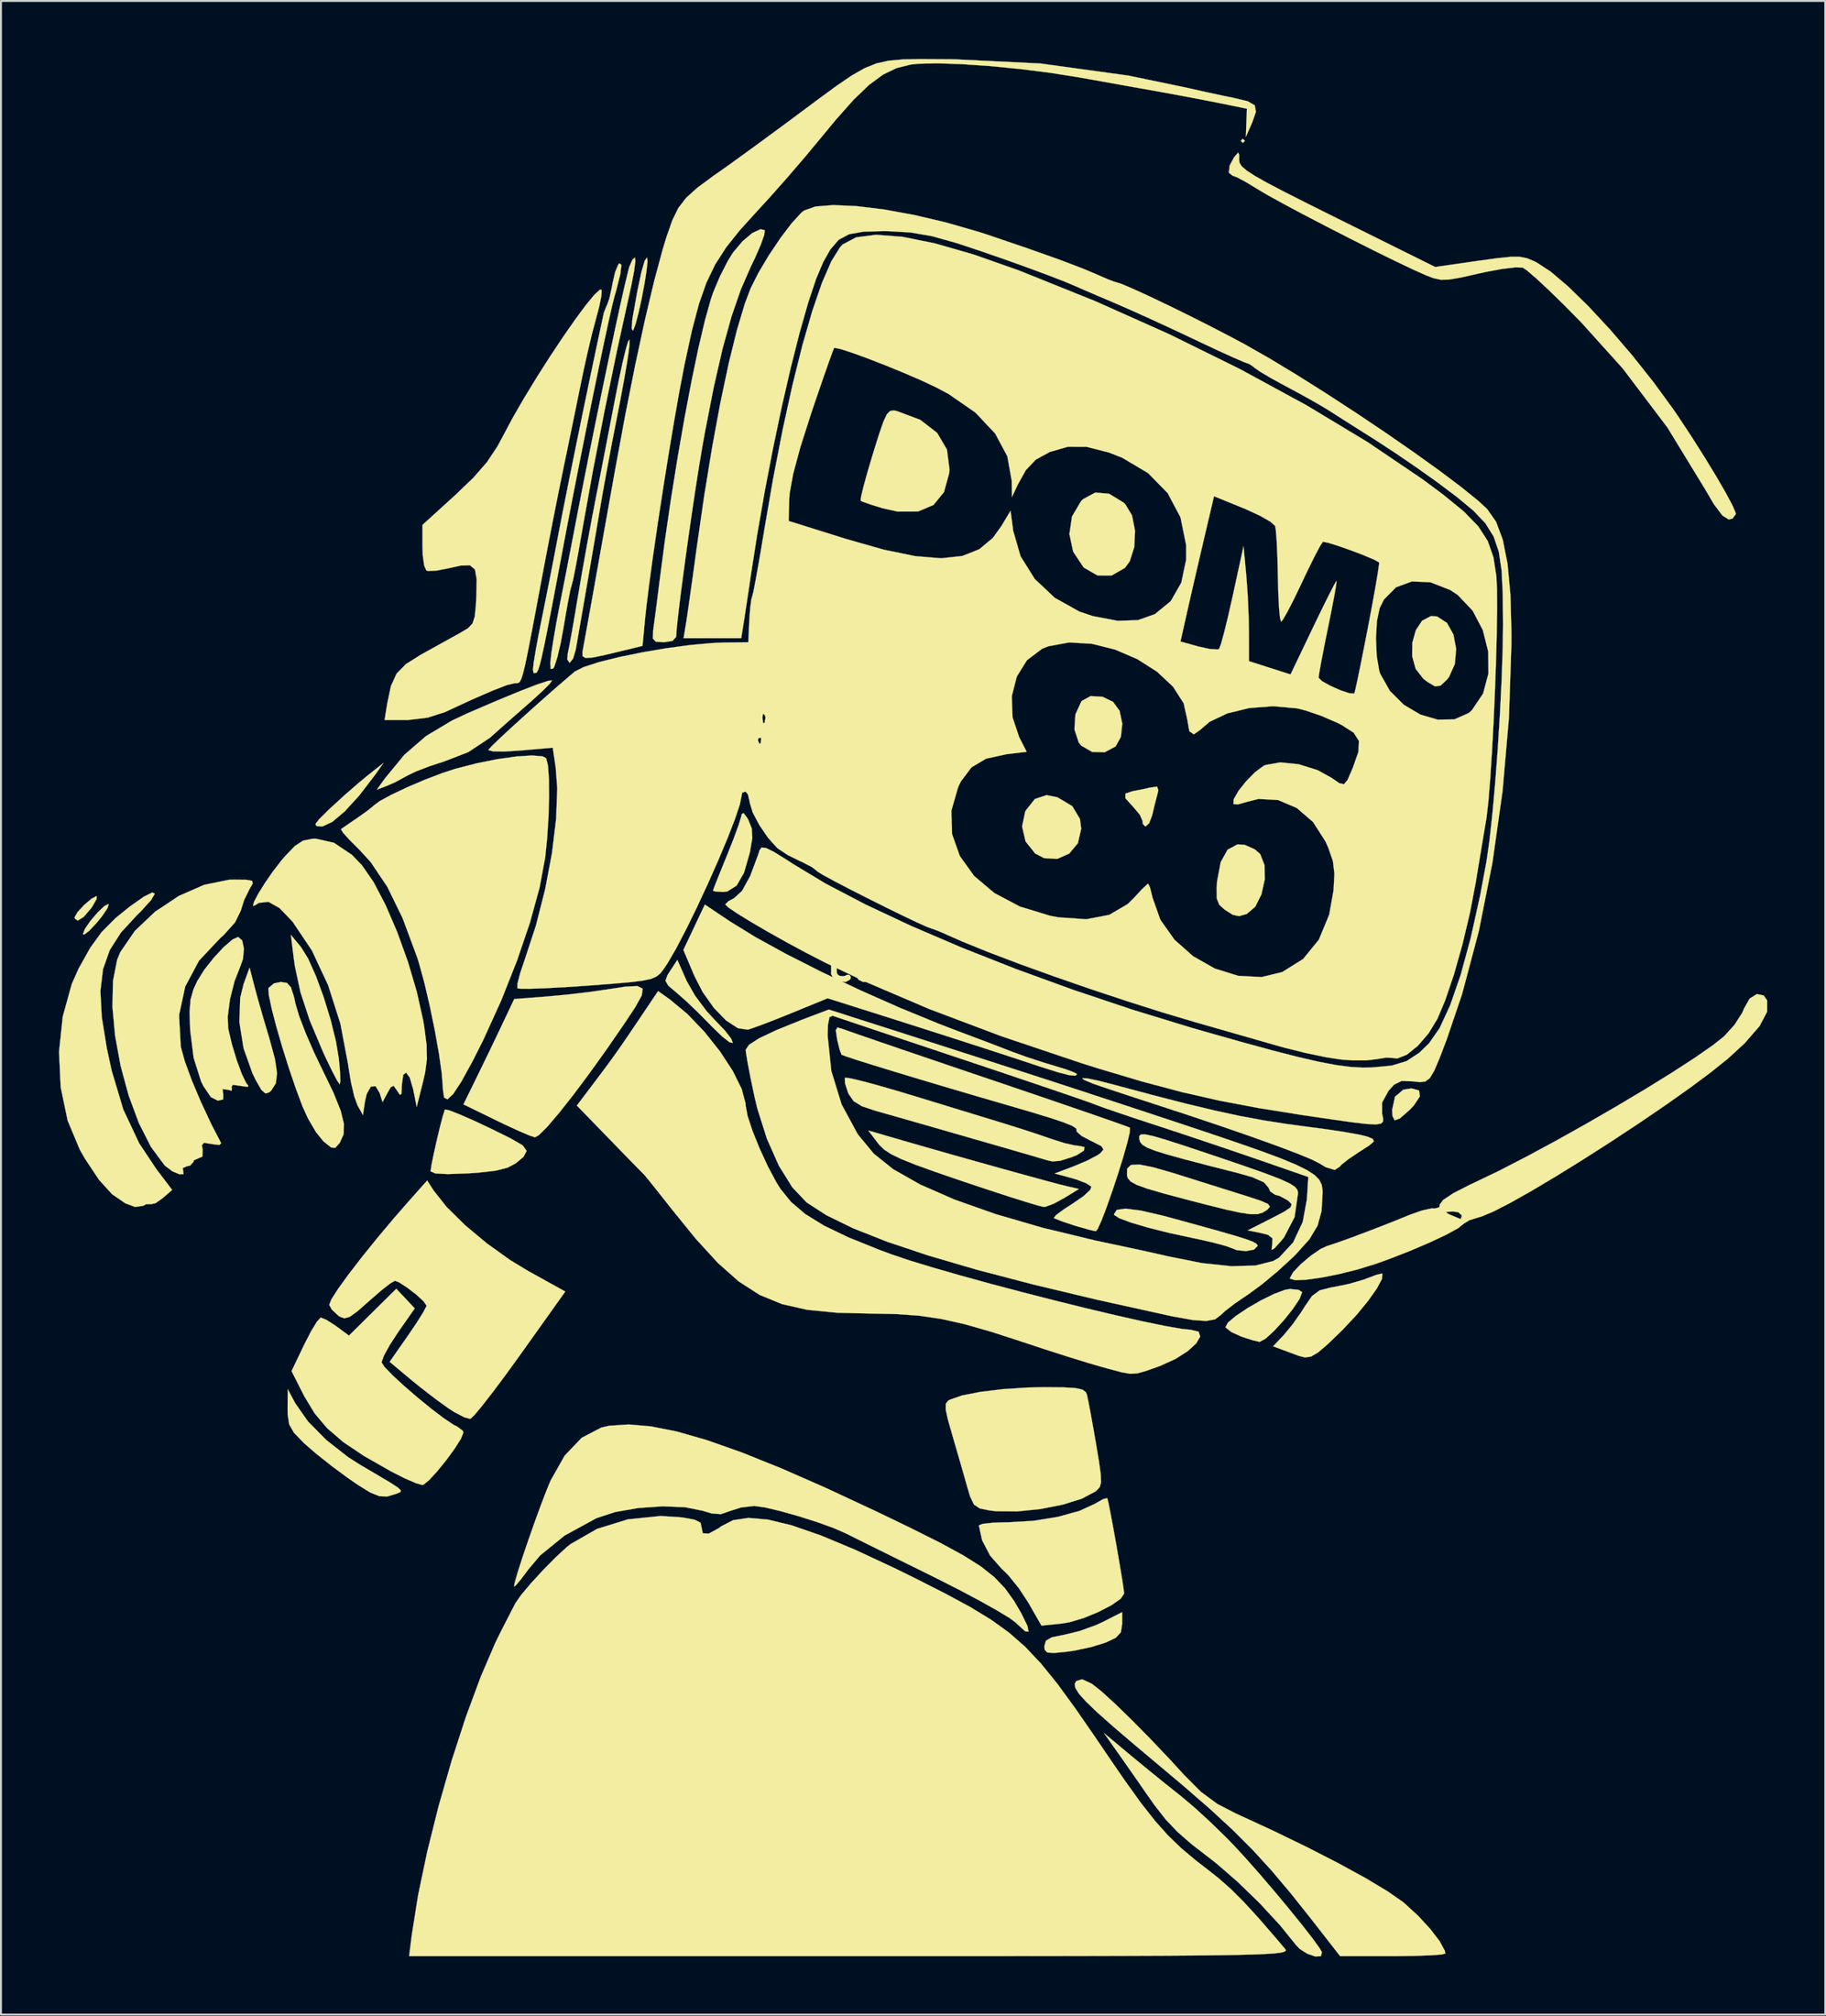
<source format=kicad_pcb>
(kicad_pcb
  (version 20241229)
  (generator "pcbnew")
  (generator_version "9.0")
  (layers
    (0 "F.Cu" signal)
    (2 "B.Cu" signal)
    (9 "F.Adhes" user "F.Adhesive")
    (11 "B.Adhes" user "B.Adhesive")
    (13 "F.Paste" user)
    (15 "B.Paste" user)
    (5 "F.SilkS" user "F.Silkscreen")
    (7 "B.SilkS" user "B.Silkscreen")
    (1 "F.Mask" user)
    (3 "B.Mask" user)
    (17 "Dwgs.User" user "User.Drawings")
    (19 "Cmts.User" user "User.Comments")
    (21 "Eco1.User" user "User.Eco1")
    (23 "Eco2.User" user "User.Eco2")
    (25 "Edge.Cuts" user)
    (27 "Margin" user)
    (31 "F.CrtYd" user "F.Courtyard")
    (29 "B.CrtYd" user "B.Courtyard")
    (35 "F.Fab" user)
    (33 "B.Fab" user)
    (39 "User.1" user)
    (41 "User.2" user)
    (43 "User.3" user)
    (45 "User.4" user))
  (footprint "canti1"
    (layer "F.Cu")
    (at 43.358 46.885)
    (property "Reference" "canti1" (at 0 0 0) (layer "F.SilkS") (effects (font (size 1.524 1.524) (thickness 0.3))))
    (attr through_hole)
    (fp_poly (pts (xy 17.992 -42.651) (xy 17.886 -42.545) (xy 17.78 -42.651) (xy 17.886 -42.757) (xy 17.992 -42.651)) (stroke (width 0.01) (type solid)) (fill yes) (layer "F.SilkS"))
    (fp_poly (pts (xy 27.003 6.458) (xy 27.044 6.762) (xy 26.73 7.237) (xy 26.5 7.475) (xy 26.013 7.901) (xy 25.741 8.002) (xy 25.628 7.777) (xy 25.612 7.451) (xy 25.759 6.779) (xy 26.191 6.415) (xy 26.607 6.35) (xy 27.003 6.458)) (stroke (width 0.01) (type solid)) (fill yes) (layer "F.SilkS"))
    (fp_poly (pts (xy -41.409 -3.45) (xy -41.617 -3.081) (xy -41.698 -2.963) (xy -42.085 -2.514) (xy -42.39 -2.326) (xy -42.54 -2.438) (xy -42.545 -2.503) (xy -42.399 -2.763) (xy -42.061 -3.129) (xy -41.68 -3.455) (xy -41.408 -3.598) (xy -41.406 -3.598) (xy -41.409 -3.45)) (stroke (width 0.01) (type solid)) (fill yes) (layer "F.SilkS"))
    (fp_poly (pts (xy -40.783 -3.175) (xy -40.849 -2.97) (xy -41.129 -2.556) (xy -41.397 -2.223) (xy -41.793 -1.8) (xy -42.055 -1.604) (xy -42.119 -1.637) (xy -42 -1.924) (xy -41.709 -2.337) (xy -41.343 -2.762) (xy -41.005 -3.082) (xy -40.795 -3.183) (xy -40.783 -3.175)) (stroke (width 0.01) (type solid)) (fill yes) (layer "F.SilkS"))
    (fp_poly (pts (xy -27.022 -9.842) (xy -27.821 -8.8) (xy -28.569 -7.981) (xy -29.217 -7.433) (xy -29.717 -7.201) (xy -29.779 -7.197) (xy -30.039 -7.218) (xy -30.088 -7.323) (xy -29.895 -7.575) (xy -29.427 -8.036) (xy -29.285 -8.171) (xy -28.588 -8.81) (xy -27.861 -9.443) (xy -27.415 -9.811) (xy -26.572 -10.477) (xy -27.022 -9.842)) (stroke (width 0.01) (type solid)) (fill yes) (layer "F.SilkS"))
    (fp_poly (pts (xy -12.909 -36.431) (xy -12.96 -35.943) (xy -13.067 -35.265) (xy -13.211 -34.508) (xy -13.37 -33.782) (xy -13.522 -33.199) (xy -13.646 -32.868) (xy -13.667 -32.84) (xy -13.727 -32.934) (xy -13.704 -33.335) (xy -13.673 -33.549) (xy -13.43 -34.912) (xy -13.222 -35.884) (xy -13.053 -36.456) (xy -12.938 -36.618) (xy -12.909 -36.431)) (stroke (width 0.01) (type solid)) (fill yes) (layer "F.SilkS"))
    (fp_poly (pts (xy 8.3 -8.701) (xy 9.064 -8.244) (xy 9.46 -7.584) (xy 9.525 -7.076) (xy 9.353 -6.332) (xy 8.906 -5.795) (xy 8.287 -5.519) (xy 7.6 -5.56) (xy 7.143 -5.799) (xy 6.649 -6.416) (xy 6.467 -7.195) (xy 6.632 -7.973) (xy 6.651 -8.011) (xy 7.127 -8.614) (xy 7.733 -8.817) (xy 8.3 -8.701)) (stroke (width 0.01) (type solid)) (fill yes) (layer "F.SilkS"))
    (fp_poly (pts (xy 10.63 -13.9) (xy 11.171 -13.64) (xy 11.51 -13.177) (xy 11.649 -12.514) (xy 11.579 -11.835) (xy 11.309 -11.339) (xy 10.739 -11.033) (xy 10.088 -11.051) (xy 9.528 -11.376) (xy 9.398 -11.538) (xy 9.176 -12.213) (xy 9.225 -12.989) (xy 9.531 -13.659) (xy 9.552 -13.685) (xy 10.012 -13.938) (xy 10.63 -13.9)) (stroke (width 0.01) (type solid)) (fill yes) (layer "F.SilkS"))
    (fp_poly (pts (xy 27.933 -18.055) (xy 28.444 -17.724) (xy 28.781 -17.121) (xy 28.923 -16.371) (xy 28.852 -15.596) (xy 28.549 -14.918) (xy 28.445 -14.79) (xy 28.116 -14.48) (xy 27.829 -14.439) (xy 27.435 -14.673) (xy 27.228 -14.832) (xy 26.83 -15.341) (xy 26.647 -15.996) (xy 26.656 -16.697) (xy 26.835 -17.343) (xy 27.162 -17.836) (xy 27.615 -18.074) (xy 27.933 -18.055)) (stroke (width 0.01) (type solid)) (fill yes) (layer "F.SilkS"))
    (fp_poly (pts (xy 10.964 -24.403) (xy 11.709 -23.948) (xy 11.8 -23.866) (xy 12.153 -23.284) (xy 12.309 -22.489) (xy 12.269 -21.642) (xy 12.035 -20.905) (xy 11.787 -20.569) (xy 11.1 -20.175) (xy 10.365 -20.177) (xy 9.677 -20.573) (xy 9.63 -20.619) (xy 9.108 -21.407) (xy 8.915 -22.317) (xy 9.05 -23.227) (xy 9.514 -24.013) (xy 9.622 -24.122) (xy 10.253 -24.462) (xy 10.964 -24.403)) (stroke (width 0.01) (type solid)) (fill yes) (layer "F.SilkS"))
    (fp_poly (pts (xy 11.642 34.052) (xy 11.577 34.476) (xy 11.312 34.761) (xy 10.795 35.006) (xy 10.07 35.232) (xy 9.194 35.421) (xy 8.785 35.481) (xy 8.119 35.546) (xy 7.77 35.522) (xy 7.638 35.384) (xy 7.62 35.19) (xy 7.7 34.911) (xy 8.005 34.736) (xy 8.619 34.612) (xy 9.429 34.416) (xy 10.307 34.098) (xy 10.63 33.949) (xy 11.642 33.436) (xy 11.642 34.052)) (stroke (width 0.01) (type solid)) (fill yes) (layer "F.SilkS"))
    (fp_poly (pts (xy 13.516 -9.066) (xy 13.463 -8.848) (xy 13.308 -8.252) (xy 13.198 -7.779) (xy 13.038 -7.363) (xy 12.847 -7.193) (xy 12.715 -7.322) (xy 12.7 -7.477) (xy 12.557 -7.803) (xy 12.208 -8.219) (xy 12.172 -8.254) (xy 11.811 -8.658) (xy 11.813 -8.894) (xy 12.18 -9.019) (xy 12.217 -9.024) (xy 12.701 -9.117) (xy 13.086 -9.206) (xy 13.451 -9.255) (xy 13.516 -9.066)) (stroke (width 0.01) (type solid)) (fill yes) (layer "F.SilkS"))
    (fp_poly (pts (xy -33.251 1.058) (xy -33.071 1.721) (xy -32.815 2.617) (xy -32.532 3.574) (xy -32.473 3.769) (xy -32.187 4.819) (xy -32.076 5.563) (xy -32.138 6.082) (xy -32.374 6.456) (xy -32.479 6.552) (xy -32.674 6.613) (xy -32.89 6.421) (xy -33.178 5.918) (xy -33.346 5.572) (xy -33.808 4.273) (xy -34.024 2.924) (xy -33.98 1.663) (xy -33.804 0.953) (xy -33.497 0.106) (xy -33.251 1.058)) (stroke (width 0.01) (type solid)) (fill yes) (layer "F.SilkS"))
    (fp_poly (pts (xy -30.835 -0.955) (xy -30.467 -0.358) (xy -30.064 0.542) (xy -29.665 1.63) (xy -29.307 2.792) (xy -29.03 3.914) (xy -28.879 4.815) (xy -28.818 5.499) (xy -28.802 5.976) (xy -28.832 6.138) (xy -28.959 5.96) (xy -29.211 5.483) (xy -29.543 4.797) (xy -29.682 4.498) (xy -30.383 2.839) (xy -30.861 1.389) (xy -31.154 0.023) (xy -31.216 -0.423) (xy -31.358 -1.587) (xy -30.835 -0.955)) (stroke (width 0.01) (type solid)) (fill yes) (layer "F.SilkS"))
    (fp_poly (pts (xy -10.887 0.792) (xy -10.454 1.553) (xy -9.85 2.36) (xy -9.415 2.829) (xy -8.916 3.348) (xy -8.586 3.772) (xy -8.497 3.998) (xy -8.665 3.964) (xy -9.039 3.674) (xy -9.544 3.188) (xy -9.631 3.098) (xy -10.279 2.44) (xy -10.928 1.821) (xy -11.399 1.409) (xy -11.833 1.04) (xy -11.98 0.787) (xy -11.884 0.503) (xy -11.737 0.272) (xy -11.366 -0.294) (xy -10.887 0.792)) (stroke (width 0.01) (type solid)) (fill yes) (layer "F.SilkS"))
    (fp_poly (pts (xy 17.982 -6.245) (xy 18.5 -6.014) (xy 18.785 -5.769) (xy 19.01 -5.19) (xy 19.019 -4.446) (xy 18.847 -3.681) (xy 18.526 -3.042) (xy 18.089 -2.672) (xy 18.088 -2.671) (xy 17.687 -2.557) (xy 17.36 -2.63) (xy 16.957 -2.886) (xy 16.669 -3.141) (xy 16.54 -3.468) (xy 16.531 -4.008) (xy 16.556 -4.365) (xy 16.742 -5.354) (xy 17.099 -5.995) (xy 17.608 -6.268) (xy 17.982 -6.245)) (stroke (width 0.01) (type solid)) (fill yes) (layer "F.SilkS"))
    (fp_poly (pts (xy -7.745 -7.627) (xy -7.703 -7.552) (xy -7.519 -7.098) (xy -7.491 -6.597) (xy -7.611 -5.875) (xy -7.614 -5.862) (xy -7.918 -4.804) (xy -8.302 -4.137) (xy -8.782 -3.835) (xy -9.001 -3.81) (xy -9.397 -3.832) (xy -9.525 -3.873) (xy -9.45 -4.083) (xy -9.248 -4.593) (xy -8.957 -5.313) (xy -8.788 -5.725) (xy -8.459 -6.553) (xy -8.203 -7.255) (xy -8.058 -7.725) (xy -8.039 -7.832) (xy -7.949 -7.892) (xy -7.745 -7.627)) (stroke (width 0.01) (type solid)) (fill yes) (layer "F.SilkS"))
    (fp_poly (pts (xy 20.773 16.77) (xy 20.955 16.886) (xy 20.821 17.235) (xy 20.476 17.753) (xy 20.01 18.336) (xy 19.509 18.883) (xy 19.063 19.291) (xy 18.758 19.457) (xy 18.744 19.457) (xy 18.409 19.379) (xy 17.878 19.208) (xy 17.793 19.178) (xy 17.293 18.949) (xy 17.007 18.725) (xy 16.991 18.694) (xy 17.116 18.461) (xy 17.528 18.115) (xy 18.128 17.714) (xy 18.817 17.316) (xy 19.495 16.982) (xy 20.063 16.768) (xy 20.332 16.722) (xy 20.773 16.77)) (stroke (width 0.01) (type solid)) (fill yes) (layer "F.SilkS"))
    (fp_poly (pts (xy 0 -28.674) (xy 1.206 -28.219) (xy 2.072 -27.549) (xy 2.579 -26.687) (xy 2.711 -25.653) (xy 2.695 -25.467) (xy 2.425 -24.485) (xy 1.882 -23.821) (xy 1.08 -23.483) (xy 0.034 -23.479) (xy -0.741 -23.65) (xy -1.355 -23.839) (xy -1.777 -23.989) (xy -1.885 -24.042) (xy -1.86 -24.264) (xy -1.728 -24.807) (xy -1.512 -25.587) (xy -1.25 -26.465) (xy -0.937 -27.466) (xy -0.709 -28.126) (xy -0.53 -28.51) (xy -0.362 -28.682) (xy -0.168 -28.708) (xy 0 -28.674)) (stroke (width 0.01) (type solid)) (fill yes) (layer "F.SilkS"))
    (fp_poly (pts (xy -23.166 7.485) (xy -22.648 7.687) (xy -21.914 8.008) (xy -21.043 8.416) (xy -20.116 8.873) (xy -19.949 8.958) (xy -19.364 9.3) (xy -19.163 9.583) (xy -19.329 9.893) (xy -19.73 10.225) (xy -20.154 10.451) (xy -20.773 10.606) (xy -21.679 10.709) (xy -22.204 10.744) (xy -23.248 10.781) (xy -23.886 10.747) (xy -24.127 10.643) (xy -24.13 10.626) (xy -24.085 10.307) (xy -23.969 9.735) (xy -23.813 9.037) (xy -23.646 8.34) (xy -23.498 7.773) (xy -23.399 7.462) (xy -23.386 7.44) (xy -23.166 7.485)) (stroke (width 0.01) (type solid)) (fill yes) (layer "F.SilkS"))
    (fp_poly (pts (xy -31.134 22.633) (xy -30.477 23.571) (xy -29.526 24.536) (xy -28.391 25.425) (xy -27.788 25.809) (xy -26.836 26.368) (xy -26.198 26.749) (xy -25.827 26.991) (xy -25.674 27.135) (xy -25.692 27.22) (xy -25.83 27.284) (xy -25.937 27.324) (xy -26.372 27.453) (xy -26.778 27.438) (xy -27.255 27.248) (xy -27.904 26.847) (xy -28.425 26.486) (xy -29.237 25.887) (xy -30.033 25.256) (xy -30.654 24.72) (xy -30.701 24.676) (xy -31.199 24.16) (xy -31.447 23.728) (xy -31.527 23.202) (xy -31.529 22.895) (xy -31.521 21.907) (xy -31.134 22.633)) (stroke (width 0.01) (type solid)) (fill yes) (layer "F.SilkS"))
    (fp_poly (pts (xy -17.962 -14.583) (xy -18.324 -14.219) (xy -18.864 -13.724) (xy -18.995 -13.609) (xy -19.738 -12.958) (xy -20.491 -12.293) (xy -21.061 -11.784) (xy -22.176 -11.045) (xy -23.389 -10.574) (xy -24.197 -10.308) (xy -24.898 -10.038) (xy -25.344 -9.823) (xy -25.348 -9.82) (xy -25.94 -9.496) (xy -26.368 -9.307) (xy -26.911 -9.101) (xy -26.492 -9.683) (xy -25.484 -10.907) (xy -24.367 -11.872) (xy -23.014 -12.68) (xy -22.225 -13.048) (xy -20.741 -13.687) (xy -19.534 -14.185) (xy -18.632 -14.534) (xy -18.06 -14.723) (xy -17.851 -14.746) (xy -17.962 -14.583)) (stroke (width 0.01) (type solid)) (fill yes) (layer "F.SilkS"))
    (fp_poly (pts (xy -13.162 1.195) (xy -13.208 1.543) (xy -13.546 2.15) (xy -14.084 2.963) (xy -15.023 4.326) (xy -15.928 5.588) (xy -16.766 6.707) (xy -17.502 7.638) (xy -18.101 8.339) (xy -18.531 8.766) (xy -18.733 8.88) (xy -19.006 8.791) (xy -19.56 8.555) (xy -20.298 8.215) (xy -20.688 8.027) (xy -22.432 7.177) (xy -21.737 5.758) (xy -21.275 4.808) (xy -20.777 3.776) (xy -20.424 3.034) (xy -19.805 1.729) (xy -18.105 1.597) (xy -17.053 1.498) (xy -15.942 1.368) (xy -15.025 1.236) (xy -14.045 1.087) (xy -13.433 1.058) (xy -13.162 1.195)) (stroke (width 0.01) (type solid)) (fill yes) (layer "F.SilkS"))
    (fp_poly (pts (xy 12.585 12.664) (xy 13.719 12.925) (xy 14.043 13.011) (xy 15.54 13.42) (xy 16.676 13.736) (xy 17.5 13.974) (xy 18.061 14.15) (xy 18.407 14.281) (xy 18.586 14.381) (xy 18.648 14.467) (xy 18.65 14.499) (xy 18.462 14.687) (xy 18.041 14.764) (xy 17.569 14.713) (xy 17.357 14.627) (xy 17.008 14.499) (xy 16.366 14.326) (xy 15.555 14.142) (xy 15.346 14.099) (xy 14.101 13.83) (xy 13.002 13.555) (xy 12.114 13.294) (xy 11.501 13.067) (xy 11.227 12.892) (xy 11.218 12.865) (xy 11.361 12.635) (xy 11.808 12.568) (xy 12.585 12.664)) (stroke (width 0.01) (type solid)) (fill yes) (layer "F.SilkS"))
    (fp_poly (pts (xy 0.261 9.037) (xy 1.428 9.373) (xy 2.718 9.741) (xy 4.055 10.118) (xy 5.364 10.484) (xy 6.567 10.817) (xy 7.589 11.097) (xy 8.355 11.302) (xy 8.777 11.408) (xy 9.405 11.55) (xy 8.646 12.019) (xy 8.103 12.313) (xy 7.676 12.472) (xy 7.595 12.482) (xy 7.311 12.414) (xy 6.694 12.231) (xy 5.81 11.952) (xy 4.727 11.599) (xy 3.511 11.194) (xy 3.407 11.159) (xy 2.023 10.685) (xy 0.983 10.311) (xy 0.229 10.01) (xy -0.298 9.756) (xy -0.658 9.523) (xy -0.909 9.283) (xy -0.988 9.185) (xy -1.488 8.528) (xy 0.261 9.037)) (stroke (width 0.01) (type solid)) (fill yes) (layer "F.SilkS"))
    (fp_poly (pts (xy 13.241 10.427) (xy 14.285 10.727) (xy 14.521 10.801) (xy 15.605 11.143) (xy 16.731 11.497) (xy 17.715 11.806) (xy 18.061 11.914) (xy 18.798 12.155) (xy 19.186 12.326) (xy 19.286 12.467) (xy 19.159 12.618) (xy 19.132 12.638) (xy 18.906 12.776) (xy 18.643 12.851) (xy 18.277 12.854) (xy 17.745 12.776) (xy 16.981 12.609) (xy 15.921 12.345) (xy 14.922 12.085) (xy 13.751 11.772) (xy 12.928 11.531) (xy 12.393 11.338) (xy 12.082 11.165) (xy 11.933 10.988) (xy 11.891 10.84) (xy 11.904 10.493) (xy 12.1 10.309) (xy 12.529 10.287) (xy 13.241 10.427)) (stroke (width 0.01) (type solid)) (fill yes) (layer "F.SilkS"))
    (fp_poly (pts (xy 25.102 15.93) (xy 25.088 16.194) (xy 24.826 16.686) (xy 24.369 17.334) (xy 23.767 18.066) (xy 23.071 18.809) (xy 23 18.88) (xy 22.282 19.574) (xy 21.778 20.006) (xy 21.409 20.22) (xy 21.099 20.262) (xy 20.768 20.176) (xy 20.743 20.167) (xy 20.292 19.999) (xy 19.94 19.868) (xy 19.453 19.688) (xy 20.006 19.104) (xy 20.468 18.544) (xy 20.951 17.855) (xy 21.081 17.644) (xy 21.463 17.087) (xy 21.861 16.794) (xy 22.461 16.641) (xy 22.602 16.619) (xy 23.39 16.458) (xy 24.138 16.239) (xy 24.321 16.17) (xy 24.804 15.989) (xy 25.083 15.924) (xy 25.102 15.93)) (stroke (width 0.01) (type solid)) (fill yes) (layer "F.SilkS"))
    (fp_poly (pts (xy -31.563 0.896) (xy -31.362 1.113) (xy -31.205 1.598) (xy -31.123 1.97) (xy -30.931 2.617) (xy -30.588 3.51) (xy -30.146 4.523) (xy -29.733 5.382) (xy -29.15 6.59) (xy -28.782 7.507) (xy -28.615 8.196) (xy -28.633 8.721) (xy -28.823 9.147) (xy -28.854 9.19) (xy -29.064 9.423) (xy -29.279 9.404) (xy -29.641 9.115) (xy -29.689 9.072) (xy -30.066 8.605) (xy -30.474 7.906) (xy -30.753 7.295) (xy -31.11 6.339) (xy -31.472 5.272) (xy -31.816 4.177) (xy -32.117 3.137) (xy -32.351 2.236) (xy -32.495 1.557) (xy -32.524 1.182) (xy -32.518 1.16) (xy -32.237 0.919) (xy -31.877 0.847) (xy -31.563 0.896)) (stroke (width 0.01) (type solid)) (fill yes) (layer "F.SilkS"))
    (fp_poly (pts (xy 10.873 27.541) (xy 10.931 27.766) (xy 11.039 28.307) (xy 11.18 29.062) (xy 11.336 29.928) (xy 11.488 30.805) (xy 11.62 31.591) (xy 11.711 32.182) (xy 11.746 32.476) (xy 11.563 32.745) (xy 11.081 33.08) (xy 10.41 33.428) (xy 9.658 33.737) (xy 8.932 33.955) (xy 8.559 34.019) (xy 7.47 34.131) (xy 6.791 32.946) (xy 6.301 32.199) (xy 5.745 31.513) (xy 5.38 31.156) (xy 4.815 30.514) (xy 4.399 29.719) (xy 4.233 28.961) (xy 4.233 28.947) (xy 4.427 28.869) (xy 4.94 28.812) (xy 5.666 28.787) (xy 5.776 28.787) (xy 7.058 28.712) (xy 8.318 28.508) (xy 9.427 28.202) (xy 10.251 27.824) (xy 10.278 27.807) (xy 10.67 27.586) (xy 10.872 27.54) (xy 10.873 27.541)) (stroke (width 0.01) (type solid)) (fill yes) (layer "F.SilkS"))
    (fp_poly (pts (xy 12.097 40.852) (xy 12.943 41.549) (xy 13.855 42.289) (xy 14.646 42.918) (xy 14.692 42.954) (xy 15.384 43.537) (xy 16.221 44.305) (xy 17.066 45.13) (xy 17.42 45.494) (xy 18.054 46.182) (xy 18.781 47.007) (xy 19.546 47.901) (xy 20.292 48.797) (xy 20.964 49.627) (xy 21.507 50.326) (xy 21.865 50.823) (xy 21.978 51.022) (xy 21.926 51.226) (xy 21.636 51.242) (xy 21.229 51.105) (xy 20.828 50.85) (xy 20.635 50.646) (xy 19.806 49.621) (xy 18.758 48.489) (xy 17.621 47.384) (xy 16.527 46.435) (xy 16.205 46.185) (xy 15.228 45.428) (xy 14.495 44.789) (xy 13.894 44.154) (xy 13.314 43.411) (xy 12.935 42.874) (xy 12.368 42.056) (xy 11.755 41.179) (xy 11.437 40.727) (xy 10.702 39.688) (xy 12.097 40.852)) (stroke (width 0.01) (type solid)) (fill yes) (layer "F.SilkS"))
    (fp_poly (pts (xy -13.846 -32.113) (xy -13.885 -31.75) (xy -13.974 -31.16) (xy -14.127 -30.279) (xy -14.32 -29.233) (xy -14.51 -28.258) (xy -14.751 -27.028) (xy -14.997 -25.718) (xy -15.217 -24.51) (xy -15.338 -23.812) (xy -15.563 -22.485) (xy -15.843 -20.848) (xy -16.185 -18.868) (xy -16.594 -16.508) (xy -16.621 -16.351) (xy -16.758 -15.884) (xy -16.93 -15.665) (xy -16.947 -15.663) (xy -17.063 -15.835) (xy -17.035 -16.14) (xy -16.954 -16.534) (xy -16.825 -17.241) (xy -16.666 -18.157) (xy -16.516 -19.05) (xy -16.301 -20.307) (xy -16.04 -21.769) (xy -15.769 -23.225) (xy -15.594 -24.13) (xy -15.337 -25.439) (xy -15.056 -26.886) (xy -14.789 -28.265) (xy -14.628 -29.104) (xy -14.402 -30.244) (xy -14.201 -31.177) (xy -14.034 -31.869) (xy -13.912 -32.28) (xy -13.846 -32.373) (xy -13.846 -32.113)) (stroke (width 0.01) (type solid)) (fill yes) (layer "F.SilkS"))
    (fp_poly (pts (xy 9.849 5.835) (xy 10.429 5.957) (xy 11.121 6.134) (xy 13.182 6.685) (xy 14.915 7.131) (xy 16.398 7.486) (xy 17.708 7.77) (xy 18.921 7.997) (xy 20.115 8.185) (xy 21.274 8.339) (xy 22.316 8.479) (xy 23.245 8.622) (xy 23.957 8.752) (xy 24.336 8.846) (xy 24.62 8.969) (xy 24.661 9.097) (xy 24.42 9.304) (xy 23.911 9.631) (xy 23.364 9.998) (xy 22.989 10.294) (xy 22.895 10.403) (xy 22.64 10.565) (xy 22.169 10.423) (xy 21.873 10.241) (xy 21.465 10.033) (xy 20.696 9.716) (xy 19.609 9.305) (xy 18.245 8.817) (xy 16.649 8.265) (xy 14.863 7.667) (xy 13.335 7.167) (xy 12.288 6.826) (xy 11.338 6.512) (xy 10.586 6.26) (xy 10.127 6.1) (xy 10.1 6.09) (xy 9.651 5.9) (xy 9.579 5.816) (xy 9.849 5.835)) (stroke (width 0.01) (type solid)) (fill yes) (layer "F.SilkS"))
    (fp_poly (pts (xy -38.401 -3.717) (xy -38.595 -3.385) (xy -39.123 -2.804) (xy -39.339 -2.593) (xy -40.152 -1.709) (xy -40.729 -0.807) (xy -41.079 0.179) (xy -41.214 1.313) (xy -41.144 2.661) (xy -40.88 4.289) (xy -40.631 5.431) (xy -40.029 7.446) (xy -39.205 9.195) (xy -38.33 10.509) (xy -37.504 11.599) (xy -37.995 12.027) (xy -38.372 12.291) (xy -38.602 12.338) (xy -38.606 12.335) (xy -38.85 12.337) (xy -38.994 12.421) (xy -39.418 12.482) (xy -39.926 12.292) (xy -40.612 11.82) (xy -41.288 11.075) (xy -42.003 10) (xy -42.277 9.525) (xy -42.91 8.009) (xy -43.269 6.282) (xy -43.353 4.455) (xy -43.162 2.639) (xy -42.694 0.948) (xy -42.347 0.166) (xy -41.745 -0.913) (xy -41.147 -1.737) (xy -40.429 -2.458) (xy -39.697 -3.051) (xy -38.965 -3.565) (xy -38.528 -3.782) (xy -38.401 -3.717)) (stroke (width 0.01) (type solid)) (fill yes) (layer "F.SilkS"))
    (fp_poly (pts (xy -33.879 -1.303) (xy -33.79 -0.872) (xy -33.839 -0.343) (xy -33.953 -0.02) (xy -34.275 0.803) (xy -34.512 1.748) (xy -34.629 2.641) (xy -34.603 3.257) (xy -34.408 4.077) (xy -34.16 4.898) (xy -33.9 5.605) (xy -33.669 6.079) (xy -33.571 6.198) (xy -33.577 6.272) (xy -33.905 6.23) (xy -33.951 6.22) (xy -34.37 6.164) (xy -34.433 6.286) (xy -34.416 6.317) (xy -34.416 6.467) (xy -34.633 6.417) (xy -34.893 6.383) (xy -34.863 6.631) (xy -34.863 6.918) (xy -35.133 6.985) (xy -35.499 6.801) (xy -35.884 6.232) (xy -36.008 5.98) (xy -36.392 4.764) (xy -36.569 3.336) (xy -36.6 2.417) (xy -36.551 1.765) (xy -36.4 1.227) (xy -36.201 0.796) (xy -35.837 0.213) (xy -35.35 -0.405) (xy -34.832 -0.96) (xy -34.375 -1.351) (xy -34.091 -1.482) (xy -33.879 -1.303)) (stroke (width 0.01) (type solid)) (fill yes) (layer "F.SilkS"))
    (fp_poly (pts (xy 8.611 21.811) (xy 9.233 21.848) (xy 9.591 21.927) (xy 9.765 22.061) (xy 9.814 22.172) (xy 9.893 22.529) (xy 10.02 23.197) (xy 10.177 24.067) (xy 10.289 24.714) (xy 10.451 25.688) (xy 10.538 26.33) (xy 10.55 26.727) (xy 10.485 26.964) (xy 10.341 27.127) (xy 10.25 27.2) (xy 9.554 27.568) (xy 8.565 27.877) (xy 7.413 28.103) (xy 6.227 28.224) (xy 5.136 28.216) (xy 4.772 28.174) (xy 4.271 28.069) (xy 3.978 27.871) (xy 3.78 27.462) (xy 3.638 26.988) (xy 3.428 26.247) (xy 3.155 25.299) (xy 2.875 24.34) (xy 2.859 24.284) (xy 2.626 23.462) (xy 2.515 22.953) (xy 2.519 22.665) (xy 2.632 22.508) (xy 2.723 22.452) (xy 3.349 22.233) (xy 4.298 22.045) (xy 5.469 21.903) (xy 6.763 21.819) (xy 7.645 21.802) (xy 8.611 21.811)) (stroke (width 0.01) (type solid)) (fill yes) (layer "F.SilkS"))
    (fp_poly (pts (xy -2.464 5.82) (xy -1.901 5.949) (xy -1.074 6.169) (xy -0.056 6.461) (xy 0.667 6.678) (xy 1.928 7.063) (xy 3.189 7.449) (xy 4.333 7.798) (xy 5.238 8.075) (xy 5.503 8.156) (xy 6.42 8.443) (xy 7.315 8.736) (xy 8.001 8.971) (xy 8.017 8.977) (xy 8.665 9.182) (xy 9.202 9.301) (xy 9.34 9.313) (xy 9.689 9.383) (xy 9.671 9.56) (xy 9.312 9.792) (xy 9.034 9.906) (xy 8.432 10.095) (xy 8.028 10.127) (xy 7.726 10.055) (xy 7.448 9.971) (xy 6.853 9.797) (xy 6.033 9.559) (xy 5.186 9.314) (xy 4.077 8.995) (xy 2.954 8.672) (xy 1.975 8.39) (xy 1.482 8.248) (xy 0.528 7.975) (xy -0.482 7.687) (xy -1.089 7.516) (xy -1.816 7.274) (xy -2.247 7.011) (xy -2.503 6.645) (xy -2.546 6.546) (xy -2.695 6.08) (xy -2.701 5.807) (xy -2.695 5.799) (xy -2.464 5.82)) (stroke (width 0.01) (type solid)) (fill yes) (layer "F.SilkS"))
    (fp_poly (pts (xy -8.624 -2.272) (xy -7.337 -1.479) (xy -5.733 -0.597) (xy -3.896 0.333) (xy -1.913 1.271) (xy 0.132 2.176) (xy 2.153 3.006) (xy 3.175 3.399) (xy 4.12 3.754) (xy 5.041 4.103) (xy 5.774 4.386) (xy 5.927 4.445) (xy 6.697 4.725) (xy 7.61 5.023) (xy 8.096 5.168) (xy 8.741 5.367) (xy 9.182 5.532) (xy 9.313 5.615) (xy 9.217 5.696) (xy 8.895 5.664) (xy 8.296 5.508) (xy 7.37 5.215) (xy 6.985 5.086) (xy 5.935 4.739) (xy 4.557 4.289) (xy 2.926 3.763) (xy 1.117 3.183) (xy -0.794 2.575) (xy -2.168 2.14) (xy -3.595 1.689) (xy -5.449 2.449) (xy -6.308 2.795) (xy -7.057 3.082) (xy -7.584 3.27) (xy -7.726 3.312) (xy -8.237 3.235) (xy -8.842 2.839) (xy -9.471 2.194) (xy -10.055 1.372) (xy -10.475 0.554) (xy -11.055 -0.81) (xy -10.5 -1.982) (xy -9.946 -3.154) (xy -8.624 -2.272)) (stroke (width 0.01) (type solid)) (fill yes) (layer "F.SilkS"))
    (fp_poly (pts (xy -13.54 -36.429) (xy -13.604 -35.926) (xy -13.742 -35.207) (xy -13.792 -34.978) (xy -14.472 -31.889) (xy -15.134 -28.685) (xy -15.746 -25.535) (xy -16.273 -22.607) (xy -16.319 -22.342) (xy -16.492 -21.353) (xy -16.647 -20.521) (xy -16.766 -19.932) (xy -16.835 -19.673) (xy -16.835 -19.672) (xy -16.905 -19.414) (xy -17.02 -18.838) (xy -17.161 -18.044) (xy -17.241 -17.559) (xy -17.404 -16.675) (xy -17.576 -15.943) (xy -17.729 -15.469) (xy -17.793 -15.361) (xy -17.92 -15.341) (xy -17.939 -15.659) (xy -17.88 -16.192) (xy -17.758 -16.974) (xy -17.588 -17.939) (xy -17.435 -18.733) (xy -17.277 -19.533) (xy -17.067 -20.607) (xy -16.834 -21.812) (xy -16.612 -22.966) (xy -16.302 -24.566) (xy -15.965 -26.268) (xy -15.613 -28.012) (xy -15.259 -29.735) (xy -14.916 -31.379) (xy -14.597 -32.88) (xy -14.314 -34.18) (xy -14.08 -35.216) (xy -13.908 -35.927) (xy -13.85 -36.142) (xy -13.687 -36.511) (xy -13.564 -36.618) (xy -13.54 -36.429)) (stroke (width 0.01) (type solid)) (fill yes) (layer "F.SilkS"))
    (fp_poly (pts (xy -25.43 17.219) (xy -24.953 17.727) (xy -25.811 18.953) (xy -26.241 19.611) (xy -26.548 20.17) (xy -26.67 20.511) (xy -26.67 20.516) (xy -26.514 20.758) (xy -26.1 21.187) (xy -25.507 21.733) (xy -24.815 22.33) (xy -24.106 22.909) (xy -23.457 23.403) (xy -22.951 23.742) (xy -22.758 23.84) (xy -22.476 24.046) (xy -22.437 24.15) (xy -22.562 24.466) (xy -22.883 24.974) (xy -23.319 25.57) (xy -23.79 26.151) (xy -24.213 26.612) (xy -24.507 26.849) (xy -24.553 26.861) (xy -24.89 26.766) (xy -25.47 26.515) (xy -26.168 26.162) (xy -26.183 26.154) (xy -27.587 25.353) (xy -28.665 24.629) (xy -29.486 23.92) (xy -30.125 23.163) (xy -30.652 22.294) (xy -30.711 22.18) (xy -31.325 20.97) (xy -30.664 19.587) (xy -30.317 18.912) (xy -30.016 18.419) (xy -29.822 18.206) (xy -29.81 18.203) (xy -29.525 18.319) (xy -29.075 18.605) (xy -28.986 18.669) (xy -28.356 19.135) (xy -27.131 17.923) (xy -25.907 16.712) (xy -25.43 17.219)) (stroke (width 0.01) (type solid)) (fill yes) (layer "F.SilkS"))
    (fp_poly (pts (xy -6.845 -38.03) (xy -6.871 -37.792) (xy -7.057 -37.269) (xy -7.37 -36.554) (xy -7.568 -36.143) (xy -8.084 -34.963) (xy -8.566 -33.569) (xy -9.026 -31.913) (xy -9.478 -29.945) (xy -9.934 -27.618) (xy -10.07 -26.864) (xy -10.241 -25.845) (xy -10.433 -24.626) (xy -10.633 -23.286) (xy -10.832 -21.901) (xy -11.018 -20.548) (xy -11.182 -19.305) (xy -11.312 -18.248) (xy -11.399 -17.454) (xy -11.43 -17.001) (xy -11.43 -16.999) (xy -11.619 -16.791) (xy -12.068 -16.722) (xy -12.479 -16.75) (xy -12.635 -16.917) (xy -12.617 -17.347) (xy -12.594 -17.515) (xy -12.511 -18.13) (xy -12.401 -18.982) (xy -12.287 -19.887) (xy -12.286 -19.897) (xy -12.004 -22.036) (xy -11.685 -24.205) (xy -11.341 -26.344) (xy -10.982 -28.392) (xy -10.621 -30.288) (xy -10.268 -31.973) (xy -9.935 -33.385) (xy -9.632 -34.464) (xy -9.51 -34.822) (xy -9.159 -35.652) (xy -8.752 -36.448) (xy -8.489 -36.872) (xy -7.995 -37.46) (xy -7.489 -37.885) (xy -7.063 -38.08) (xy -6.845 -38.03)) (stroke (width 0.01) (type solid)) (fill yes) (layer "F.SilkS"))
    (fp_poly (pts (xy 10.054 37.128) (xy 10.096 37.155) (xy 10.564 37.524) (xy 11.252 38.15) (xy 12.1 38.972) (xy 13.048 39.931) (xy 14.034 40.968) (xy 14.854 41.86) (xy 15.715 42.725) (xy 16.559 43.349) (xy 17.497 43.835) (xy 19.417 44.719) (xy 21.216 45.592) (xy 22.842 46.426) (xy 24.241 47.192) (xy 25.361 47.863) (xy 26.149 48.41) (xy 26.242 48.485) (xy 26.95 49.133) (xy 27.583 49.82) (xy 28.07 50.454) (xy 28.335 50.947) (xy 28.363 51.09) (xy 28.165 51.14) (xy 27.622 51.181) (xy 26.814 51.21) (xy 25.82 51.223) (xy 25.641 51.223) (xy 22.918 51.223) (xy 21.46 49.352) (xy 20.373 47.985) (xy 19.377 46.803) (xy 18.395 45.729) (xy 17.353 44.687) (xy 16.173 43.6) (xy 14.781 42.391) (xy 13.652 41.442) (xy 12.259 40.273) (xy 11.166 39.339) (xy 10.345 38.61) (xy 9.767 38.055) (xy 9.401 37.645) (xy 9.219 37.35) (xy 9.191 37.139) (xy 9.274 36.996) (xy 9.574 36.907) (xy 10.054 37.128)) (stroke (width 0.01) (type solid)) (fill yes) (layer "F.SilkS"))
    (fp_poly (pts (xy -14.262 -36.237) (xy -14.314 -35.775) (xy -14.523 -34.943) (xy -14.62 -34.608) (xy -14.738 -34.139) (xy -14.924 -33.316) (xy -15.165 -32.198) (xy -15.449 -30.846) (xy -15.763 -29.321) (xy -16.095 -27.684) (xy -16.432 -25.994) (xy -16.763 -24.314) (xy -17.074 -22.702) (xy -17.245 -21.802) (xy -17.589 -19.977) (xy -17.865 -18.525) (xy -18.083 -17.402) (xy -18.252 -16.563) (xy -18.382 -15.966) (xy -18.481 -15.566) (xy -18.558 -15.32) (xy -18.624 -15.184) (xy -18.655 -15.145) (xy -18.806 -15.127) (xy -18.838 -15.323) (xy -18.797 -15.683) (xy -18.686 -16.349) (xy -18.524 -17.214) (xy -18.397 -17.853) (xy -18.148 -19.086) (xy -17.873 -20.476) (xy -17.622 -21.775) (xy -17.557 -22.119) (xy -17.319 -23.353) (xy -17.012 -24.9) (xy -16.655 -26.662) (xy -16.27 -28.538) (xy -15.877 -30.429) (xy -15.496 -32.235) (xy -15.168 -33.761) (xy -15.02 -34.139) (xy -14.994 -34.184) (xy -14.881 -34.513) (xy -14.755 -35.079) (xy -14.717 -35.294) (xy -14.582 -35.876) (xy -14.421 -36.259) (xy -14.366 -36.317) (xy -14.262 -36.237)) (stroke (width 0.01) (type solid)) (fill yes) (layer "F.SilkS"))
    (fp_poly (pts (xy 13.237 8.814) (xy 13.872 8.998) (xy 14.791 9.293) (xy 16.041 9.71) (xy 16.603 9.9) (xy 18.004 10.377) (xy 19.051 10.746) (xy 19.796 11.031) (xy 20.287 11.253) (xy 20.576 11.435) (xy 20.711 11.6) (xy 20.743 11.761) (xy 20.562 13.008) (xy 20.011 14.063) (xy 19.886 14.217) (xy 19.528 14.617) (xy 19.379 14.703) (xy 19.392 14.499) (xy 19.405 14.446) (xy 19.422 14.105) (xy 19.182 13.92) (xy 18.83 13.831) (xy 18.137 13.692) (xy 19.377 13.065) (xy 20.03 12.724) (xy 20.356 12.502) (xy 20.411 12.339) (xy 20.252 12.173) (xy 20.216 12.146) (xy 19.797 11.913) (xy 19.563 11.853) (xy 19.304 11.678) (xy 19.213 11.479) (xy 18.977 11.208) (xy 18.389 10.946) (xy 17.654 10.734) (xy 16.082 10.334) (xy 14.873 10.018) (xy 13.979 9.771) (xy 13.35 9.575) (xy 12.939 9.414) (xy 12.698 9.27) (xy 12.578 9.128) (xy 12.531 8.97) (xy 12.529 8.956) (xy 12.53 8.812) (xy 12.615 8.732) (xy 12.834 8.729) (xy 13.237 8.814)) (stroke (width 0.01) (type solid)) (fill yes) (layer "F.SilkS"))
    (fp_poly (pts (xy -23.969 11.642) (xy -23.3 12.486) (xy -22.349 13.424) (xy -21.217 14.369) (xy -20.007 15.235) (xy -19.102 15.783) (xy -17.165 16.856) (xy -19.495 20.123) (xy -20.237 21.149) (xy -20.909 22.048) (xy -21.468 22.766) (xy -21.871 23.249) (xy -22.075 23.441) (xy -22.078 23.441) (xy -22.387 23.36) (xy -22.895 23.095) (xy -23.22 22.887) (xy -23.886 22.406) (xy -24.665 21.804) (xy -25.18 21.385) (xy -26.25 20.49) (xy -25.296 19.125) (xy -24.845 18.459) (xy -24.51 17.923) (xy -24.348 17.613) (xy -24.342 17.583) (xy -24.498 17.357) (xy -24.878 17.01) (xy -25.345 16.649) (xy -25.767 16.378) (xy -25.979 16.298) (xy -26.215 16.432) (xy -26.666 16.783) (xy -27.241 17.28) (xy -27.316 17.347) (xy -27.924 17.883) (xy -28.32 18.166) (xy -28.595 18.24) (xy -28.84 18.149) (xy -28.892 18.116) (xy -29.249 17.78) (xy -29.375 17.54) (xy -29.267 17.263) (xy -28.922 16.722) (xy -28.381 15.975) (xy -27.687 15.075) (xy -26.882 14.078) (xy -26.008 13.039) (xy -25.331 12.263) (xy -24.309 11.113) (xy -23.969 11.642)) (stroke (width 0.01) (type solid)) (fill yes) (layer "F.SilkS"))
    (fp_poly (pts (xy -18.335 -10.821) (xy -18.155 -10.723) (xy -18.061 -10.348) (xy -18.011 -9.647) (xy -18.003 -8.715) (xy -18.035 -7.646) (xy -18.107 -6.537) (xy -18.206 -5.583) (xy -18.495 -4.033) (xy -18.992 -2.225) (xy -19.664 -0.25) (xy -20.478 1.801) (xy -21.403 3.836) (xy -21.972 4.964) (xy -22.541 5.996) (xy -22.967 6.643) (xy -23.26 6.916) (xy -23.434 6.824) (xy -23.497 6.378) (xy -23.498 6.315) (xy -23.553 5.576) (xy -23.7 4.547) (xy -23.915 3.343) (xy -24.175 2.08) (xy -24.458 0.876) (xy -24.74 -0.153) (xy -24.825 -0.423) (xy -25.577 -2.447) (xy -26.374 -4.08) (xy -27.231 -5.353) (xy -27.801 -5.976) (xy -28.312 -6.486) (xy -28.659 -6.871) (xy -28.77 -7.052) (xy -28.768 -7.055) (xy -28.554 -7.205) (xy -28.122 -7.502) (xy -27.94 -7.625) (xy -27.456 -7.968) (xy -27.138 -8.217) (xy -27.093 -8.262) (xy -26.767 -8.506) (xy -26.144 -8.844) (xy -25.327 -9.23) (xy -24.418 -9.617) (xy -23.52 -9.959) (xy -22.86 -10.175) (xy -21.761 -10.459) (xy -20.675 -10.676) (xy -19.686 -10.815) (xy -18.879 -10.866) (xy -18.335 -10.821)) (stroke (width 0.01) (type solid)) (fill yes) (layer "F.SilkS"))
    (fp_poly (pts (xy -33.667 -4.437) (xy -33.365 -4.384) (xy -33.335 -4.241) (xy -33.497 -3.966) (xy -33.778 -3.393) (xy -33.953 -2.839) (xy -34.247 -2.239) (xy -34.836 -1.58) (xy -35.016 -1.422) (xy -36.115 -0.253) (xy -36.827 1.083) (xy -37.145 2.563) (xy -37.059 4.162) (xy -37.046 4.233) (xy -36.845 4.958) (xy -36.485 5.938) (xy -36.011 7.06) (xy -35.472 8.21) (xy -34.966 9.185) (xy -35.061 9.277) (xy -35.446 9.229) (xy -35.45 9.227) (xy -35.857 9.16) (xy -35.966 9.294) (xy -35.925 9.514) (xy -35.937 9.876) (xy -36.109 9.948) (xy -36.378 10.069) (xy -36.407 10.16) (xy -36.579 10.346) (xy -36.737 10.372) (xy -36.956 10.474) (xy -36.936 10.583) (xy -36.911 10.78) (xy -37.133 10.788) (xy -37.485 10.64) (xy -37.852 10.367) (xy -37.899 10.319) (xy -38.599 9.374) (xy -39.223 8.144) (xy -39.752 6.717) (xy -40.169 5.181) (xy -40.454 3.622) (xy -40.591 2.129) (xy -40.561 0.789) (xy -40.345 -0.311) (xy -40.186 -0.696) (xy -39.43 -1.795) (xy -38.386 -2.786) (xy -37.158 -3.602) (xy -35.854 -4.174) (xy -34.578 -4.436) (xy -34.315 -4.445) (xy -33.667 -4.437)) (stroke (width 0.01) (type solid)) (fill yes) (layer "F.SilkS"))
    (fp_poly (pts (xy -29.134 -6.352) (xy -28.207 -5.73) (xy -27.683 -5.188) (xy -27.083 -4.321) (xy -26.462 -3.134) (xy -25.856 -1.726) (xy -25.304 -0.195) (xy -24.845 1.36) (xy -24.515 2.841) (xy -24.466 3.136) (xy -24.341 4.094) (xy -24.323 4.83) (xy -24.416 5.534) (xy -24.531 6.032) (xy -24.851 7.303) (xy -25.032 6.403) (xy -25.209 5.791) (xy -25.396 5.533) (xy -25.547 5.645) (xy -25.617 6.143) (xy -25.618 6.191) (xy -25.639 6.626) (xy -25.718 6.684) (xy -25.858 6.477) (xy -26.044 6.213) (xy -26.195 6.289) (xy -26.355 6.566) (xy -26.618 7.058) (xy -26.768 6.587) (xy -26.98 6.232) (xy -27.223 6.257) (xy -27.435 6.627) (xy -27.522 7.002) (xy -27.634 7.726) (xy -27.917 7.218) (xy -28.082 6.76) (xy -28.251 6.032) (xy -28.39 5.184) (xy -28.399 5.11) (xy -28.796 3.01) (xy -29.433 1.012) (xy -30.273 -0.783) (xy -31.269 -2.267) (xy -31.949 -2.977) (xy -32.52 -3.299) (xy -33.012 -3.247) (xy -33.176 -3.14) (xy -33.323 -3.084) (xy -33.266 -3.3) (xy -33.049 -3.713) (xy -32.716 -4.25) (xy -32.309 -4.84) (xy -31.873 -5.409) (xy -31.679 -5.638) (xy -31.156 -6.183) (xy -30.73 -6.462) (xy -30.26 -6.557) (xy -30.067 -6.562) (xy -29.134 -6.352)) (stroke (width 0.01) (type solid)) (fill yes) (layer "F.SilkS"))
    (fp_poly (pts (xy -12.737 23.828) (xy -11.402 24.093) (xy -9.855 24.535) (xy -8.071 25.163) (xy -6.022 25.984) (xy -3.684 27.01) (xy -1.03 28.247) (xy 0.741 29.103) (xy 2.245 29.856) (xy 3.42 30.495) (xy 4.327 31.067) (xy 5.027 31.621) (xy 5.583 32.203) (xy 6.055 32.861) (xy 6.426 33.496) (xy 6.738 34.134) (xy 6.803 34.447) (xy 6.629 34.426) (xy 6.22 34.058) (xy 6.151 33.986) (xy 5.817 33.738) (xy 5.167 33.344) (xy 4.267 32.841) (xy 3.183 32.265) (xy 1.979 31.654) (xy 1.722 31.527) (xy 0.512 30.93) (xy -0.588 30.386) (xy -1.515 29.928) (xy -2.205 29.585) (xy -2.593 29.39) (xy -2.634 29.37) (xy -3.263 29.094) (xy -4.121 28.784) (xy -5.084 28.477) (xy -6.03 28.21) (xy -6.835 28.02) (xy -7.375 27.943) (xy -7.395 27.943) (xy -8.077 28.023) (xy -8.67 28.212) (xy -8.678 28.216) (xy -9.121 28.369) (xy -9.608 28.328) (xy -10.054 28.192) (xy -10.976 28.007) (xy -12.14 27.963) (xy -13.393 28.05) (xy -14.582 28.257) (xy -15.553 28.574) (xy -15.557 28.576) (xy -17.203 29.475) (xy -18.464 30.5) (xy -19.074 31.223) (xy -19.456 31.732) (xy -19.727 32.054) (xy -19.812 32.117) (xy -19.778 31.898) (xy -19.625 31.369) (xy -19.384 30.618) (xy -19.083 29.73) (xy -18.753 28.793) (xy -18.425 27.893) (xy -18.126 27.117) (xy -17.924 26.63) (xy -17.193 25.337) (xy -16.316 24.419) (xy -15.307 23.892) (xy -14.877 23.794) (xy -13.887 23.731) (xy -12.737 23.828)) (stroke (width 0.01) (type solid)) (fill yes) (layer "F.SilkS"))
    (fp_poly (pts (xy -2.838 3.27) (xy -2.549 3.374) (xy -1.907 3.598) (xy -0.961 3.923) (xy 0.242 4.335) (xy 1.653 4.815) (xy 3.224 5.349) (xy 4.763 5.87) (xy 6.421 6.432) (xy 7.95 6.953) (xy 9.303 7.417) (xy 10.434 7.807) (xy 11.299 8.109) (xy 11.852 8.307) (xy 12.046 8.383) (xy 12.036 8.62) (xy 11.91 9.157) (xy 11.697 9.906) (xy 11.427 10.775) (xy 11.129 11.672) (xy 10.834 12.507) (xy 10.573 13.188) (xy 10.374 13.625) (xy 10.282 13.737) (xy 9.954 13.665) (xy 9.394 13.507) (xy 9.124 13.424) (xy 8.551 13.233) (xy 8.176 13.085) (xy 8.108 13.047) (xy 8.226 12.901) (xy 8.618 12.609) (xy 9.101 12.297) (xy 9.652 11.916) (xy 9.993 11.596) (xy 10.055 11.432) (xy 9.789 11.256) (xy 9.268 11.057) (xy 9.042 10.991) (xy 8.153 10.751) (xy 9.169 10.366) (xy 9.827 10.087) (xy 10.354 9.814) (xy 10.517 9.704) (xy 10.679 9.51) (xy 10.568 9.337) (xy 10.127 9.109) (xy 10.029 9.065) (xy 9.544 8.808) (xy 9.297 8.59) (xy 9.29 8.532) (xy 9.266 8.422) (xy 9.062 8.288) (xy 8.631 8.112) (xy 7.927 7.876) (xy 6.901 7.564) (xy 5.715 7.217) (xy 4.169 6.768) (xy 2.649 6.32) (xy 1.209 5.891) (xy -0.096 5.497) (xy -1.21 5.155) (xy -2.081 4.882) (xy -2.653 4.693) (xy -2.872 4.607) (xy -2.968 4.36) (xy -3.088 3.874) (xy -3.101 3.812) (xy -3.17 3.347) (xy -3.088 3.201) (xy -2.838 3.27)) (stroke (width 0.01) (type solid)) (fill yes) (layer "F.SilkS"))
    (fp_poly (pts (xy 17.699 -41.929) (xy 17.694 -41.677) (xy 17.719 -41.509) (xy 17.835 -41.33) (xy 18.083 -41.115) (xy 18.505 -40.841) (xy 19.143 -40.481) (xy 20.038 -40.012) (xy 21.231 -39.408) (xy 22.754 -38.649) (xy 27.834 -36.128) (xy 30.057 -36.447) (xy 31.06 -36.585) (xy 31.748 -36.654) (xy 32.225 -36.653) (xy 32.593 -36.578) (xy 32.956 -36.427) (xy 33.074 -36.369) (xy 33.808 -35.89) (xy 34.722 -35.114) (xy 35.763 -34.097) (xy 36.88 -32.897) (xy 38.02 -31.57) (xy 39.13 -30.173) (xy 40.159 -28.764) (xy 40.404 -28.406) (xy 41.1 -27.352) (xy 41.77 -26.296) (xy 42.373 -25.306) (xy 42.869 -24.449) (xy 43.22 -23.792) (xy 43.384 -23.403) (xy 43.392 -23.354) (xy 43.218 -23.116) (xy 43.021 -23.073) (xy 42.7 -23.272) (xy 42.26 -23.853) (xy 41.817 -24.608) (xy 39.85 -27.829) (xy 37.542 -30.878) (xy 35.397 -33.257) (xy 34.524 -34.143) (xy 33.725 -34.923) (xy 33.059 -35.543) (xy 32.579 -35.953) (xy 32.361 -36.097) (xy 31.978 -36.108) (xy 31.305 -36.029) (xy 30.46 -35.873) (xy 30.077 -35.788) (xy 29.169 -35.583) (xy 28.555 -35.478) (xy 28.116 -35.47) (xy 27.736 -35.554) (xy 27.384 -35.688) (xy 26.709 -35.989) (xy 25.764 -36.439) (xy 24.634 -36.995) (xy 23.401 -37.615) (xy 22.149 -38.256) (xy 20.961 -38.875) (xy 19.92 -39.431) (xy 19.109 -39.88) (xy 18.676 -40.138) (xy 18.06 -40.512) (xy 17.575 -40.771) (xy 17.353 -40.852) (xy 17.164 -41.005) (xy 17.206 -41.378) (xy 17.43 -41.795) (xy 17.64 -42.046) (xy 17.699 -41.929)) (stroke (width 0.01) (type solid)) (fill yes) (layer "F.SilkS"))
    (fp_poly (pts (xy -15.281 -34.943) (xy -15.297 -34.634) (xy -15.414 -34.059) (xy -15.563 -33.5) (xy -15.77 -32.723) (xy -16.013 -31.708) (xy -16.25 -30.634) (xy -16.326 -30.268) (xy -16.544 -29.194) (xy -16.811 -27.896) (xy -17.086 -26.562) (xy -17.261 -25.718) (xy -17.524 -24.431) (xy -17.821 -22.936) (xy -18.112 -21.441) (xy -18.305 -20.426) (xy -18.625 -18.718) (xy -18.877 -17.382) (xy -19.073 -16.37) (xy -19.223 -15.639) (xy -19.341 -15.143) (xy -19.436 -14.836) (xy -19.521 -14.674) (xy -19.607 -14.612) (xy -19.705 -14.603) (xy -19.778 -14.605) (xy -20.17 -14.512) (xy -20.907 -14.229) (xy -22 -13.753) (xy -23.403 -13.105) (xy -24.291 -12.822) (xy -25.299 -12.701) (xy -25.388 -12.7) (xy -26.512 -12.7) (xy -26.379 -13.534) (xy -26.184 -14.46) (xy -25.891 -15.101) (xy -25.405 -15.595) (xy -24.632 -16.081) (xy -24.62 -16.087) (xy -23.834 -16.523) (xy -23.068 -16.947) (xy -22.612 -17.199) (xy -22.204 -17.443) (xy -21.966 -17.689) (xy -21.845 -18.058) (xy -21.787 -18.668) (xy -21.765 -19.108) (xy -21.748 -19.975) (xy -21.837 -20.485) (xy -22.097 -20.701) (xy -22.589 -20.686) (xy -23.192 -20.55) (xy -23.804 -20.431) (xy -24.249 -20.407) (xy -24.353 -20.433) (xy -24.466 -20.698) (xy -24.539 -21.244) (xy -24.553 -21.673) (xy -24.553 -22.79) (xy -22.844 -24.343) (xy -21.906 -25.244) (xy -21.218 -26.034) (xy -20.681 -26.839) (xy -20.382 -27.394) (xy -19.894 -28.311) (xy -19.304 -29.334) (xy -18.648 -30.41) (xy -17.963 -31.485) (xy -17.284 -32.505) (xy -16.65 -33.416) (xy -16.095 -34.164) (xy -15.657 -34.695) (xy -15.372 -34.955) (xy -15.281 -34.943)) (stroke (width 0.01) (type solid)) (fill yes) (layer "F.SilkS"))
    (fp_poly (pts (xy -11.738 1.764) (xy -10.842 2.509) (xy -9.963 3.428) (xy -9.163 4.436) (xy -8.501 5.448) (xy -8.039 6.379) (xy -7.836 7.143) (xy -7.832 7.245) (xy -7.736 7.769) (xy -7.48 8.544) (xy -7.115 9.452) (xy -6.688 10.377) (xy -6.249 11.201) (xy -6.037 11.543) (xy -5.487 12.222) (xy -4.755 12.845) (xy -3.786 13.444) (xy -2.527 14.051) (xy -0.924 14.697) (xy -0.312 14.924) (xy 0.622 15.24) (xy 1.831 15.609) (xy 3.252 16.018) (xy 4.821 16.45) (xy 6.477 16.888) (xy 8.157 17.318) (xy 9.798 17.724) (xy 11.338 18.089) (xy 12.714 18.399) (xy 13.862 18.636) (xy 14.722 18.786) (xy 15.187 18.833) (xy 15.599 18.932) (xy 15.681 19.182) (xy 15.479 19.533) (xy 15.036 19.937) (xy 14.397 20.343) (xy 13.605 20.702) (xy 13.482 20.747) (xy 12.857 20.967) (xy 12.429 21.087) (xy 12.059 21.108) (xy 11.608 21.029) (xy 10.94 20.85) (xy 10.583 20.752) (xy 9.834 20.534) (xy 8.82 20.22) (xy 7.674 19.853) (xy 6.562 19.485) (xy 4.894 18.943) (xy 3.507 18.546) (xy 2.292 18.274) (xy 1.142 18.105) (xy -0.053 18.019) (xy -1.294 17.995) (xy -3.115 17.951) (xy -4.643 17.801) (xy -5.951 17.506) (xy -7.109 17.03) (xy -8.19 16.334) (xy -9.265 15.382) (xy -10.407 14.136) (xy -11.659 12.594) (xy -12.228 11.872) (xy -12.7 11.28) (xy -13.015 10.893) (xy -13.107 10.787) (xy -13.296 10.598) (xy -13.714 10.171) (xy -14.299 9.572) (xy -14.897 8.956) (xy -16.566 7.237) (xy -15.631 6) (xy -15.138 5.344) (xy -14.74 4.803) (xy -14.358 4.266) (xy -13.916 3.622) (xy -13.335 2.763) (xy -13.166 2.511) (xy -12.363 1.318) (xy -11.738 1.764)) (stroke (width 0.01) (type solid)) (fill yes) (layer "F.SilkS"))
    (fp_poly (pts (xy -11.113 28.537) (xy -10.471 28.656) (xy -10.168 28.809) (xy -10.115 29.043) (xy -10.116 29.052) (xy -10.051 29.358) (xy -9.736 29.371) (xy -9.227 29.093) (xy -9.102 28.998) (xy -8.488 28.681) (xy -7.69 28.562) (xy -6.684 28.649) (xy -5.443 28.949) (xy -3.942 29.469) (xy -2.156 30.215) (xy -0.06 31.193) (xy 0.953 31.692) (xy 2.498 32.476) (xy 3.78 33.168) (xy 4.858 33.823) (xy 5.788 34.492) (xy 6.63 35.231) (xy 7.441 36.09) (xy 8.28 37.125) (xy 9.204 38.388) (xy 10.272 39.932) (xy 10.791 40.698) (xy 11.784 42.146) (xy 12.613 43.298) (xy 13.337 44.22) (xy 14.012 44.978) (xy 14.695 45.638) (xy 15.443 46.266) (xy 15.958 46.663) (xy 16.634 47.195) (xy 17.27 47.757) (xy 17.933 48.418) (xy 18.693 49.246) (xy 19.615 50.311) (xy 20.074 50.853) (xy 20.108 50.911) (xy 20.09 50.963) (xy 19.997 51.009) (xy 19.807 51.049) (xy 19.496 51.084) (xy 19.041 51.114) (xy 18.418 51.139) (xy 17.606 51.16) (xy 16.58 51.178) (xy 15.317 51.191) (xy 13.795 51.202) (xy 11.991 51.21) (xy 9.881 51.216) (xy 7.442 51.22) (xy 4.651 51.222) (xy 1.485 51.223) (xy -2.079 51.223) (xy -2.429 51.223) (xy -25.243 51.223) (xy -25.102 50.112) (xy -24.777 48.065) (xy -24.306 45.819) (xy -23.719 43.47) (xy -23.043 41.116) (xy -22.308 38.854) (xy -21.541 36.782) (xy -20.773 34.996) (xy -20.477 34.396) (xy -20.13 33.722) (xy -19.81 33.099) (xy -19.745 32.973) (xy -19.454 32.553) (xy -18.948 31.951) (xy -18.323 31.27) (xy -17.677 30.615) (xy -17.106 30.087) (xy -16.894 29.916) (xy -15.521 29.13) (xy -13.931 28.637) (xy -12.238 28.463) (xy -11.113 28.537)) (stroke (width 0.01) (type solid)) (fill yes) (layer "F.SilkS"))
    (fp_poly (pts (xy 44.833 1.546) (xy 45.01 1.803) (xy 45.008 2.385) (xy 44.62 3.124) (xy 43.85 4.011) (xy 42.986 4.805) (xy 42.122 5.499) (xy 41.034 6.309) (xy 39.776 7.199) (xy 38.404 8.134) (xy 36.972 9.079) (xy 35.537 9.998) (xy 34.153 10.856) (xy 32.876 11.618) (xy 31.76 12.249) (xy 30.862 12.713) (xy 30.236 12.976) (xy 30.112 13.01) (xy 29.604 13.167) (xy 29.307 13.35) (xy 29.3 13.36) (xy 29.015 13.585) (xy 28.412 13.914) (xy 27.572 14.31) (xy 26.578 14.736) (xy 25.51 15.154) (xy 24.74 15.431) (xy 23.818 15.714) (xy 22.857 15.954) (xy 21.942 16.135) (xy 21.159 16.245) (xy 20.593 16.268) (xy 20.331 16.191) (xy 20.322 16.16) (xy 20.483 15.863) (xy 20.882 15.443) (xy 21.398 15.005) (xy 21.911 14.653) (xy 22.225 14.508) (xy 22.779 14.326) (xy 23.606 14.027) (xy 24.592 13.655) (xy 25.617 13.255) (xy 26.532 12.884) (xy 26.941 12.74) (xy 28.404 12.74) (xy 28.481 12.823) (xy 28.681 12.912) (xy 29.04 13.063) (xy 29.157 13.108) (xy 29.209 12.961) (xy 29.21 12.912) (xy 29.031 12.752) (xy 28.734 12.715) (xy 28.404 12.74) (xy 26.941 12.74) (xy 27.164 12.661) (xy 27.66 12.554) (xy 27.828 12.563) (xy 28.051 12.496) (xy 28.072 12.36) (xy 28.25 12.118) (xy 28.782 11.766) (xy 29.626 11.334) (xy 29.845 11.232) (xy 31.083 10.638) (xy 32.502 9.909) (xy 34.038 9.082) (xy 35.629 8.192) (xy 37.213 7.277) (xy 38.727 6.374) (xy 40.109 5.519) (xy 41.295 4.749) (xy 42.224 4.101) (xy 42.794 3.646) (xy 43.32 3.065) (xy 43.724 2.435) (xy 43.82 2.209) (xy 44.106 1.705) (xy 44.48 1.472) (xy 44.833 1.546)) (stroke (width 0.01) (type solid)) (fill yes) (layer "F.SilkS"))
    (fp_poly (pts (xy 2.388 -46.873) (xy 2.963 -46.869) (xy 7.424 -46.65) (xy 11.963 -46.026) (xy 14.922 -45.412) (xy 15.881 -45.196) (xy 16.914 -44.974) (xy 17.41 -44.873) (xy 18.138 -44.699) (xy 18.503 -44.488) (xy 18.563 -44.155) (xy 18.375 -43.611) (xy 18.325 -43.498) (xy 18.043 -42.862) (xy 18.07 -43.588) (xy 18.098 -44.313) (xy 16.722 -44.594) (xy 15.82 -44.772) (xy 14.723 -44.98) (xy 13.652 -45.176) (xy 13.547 -45.195) (xy 12.531 -45.376) (xy 11.295 -45.597) (xy 10.035 -45.822) (xy 9.419 -45.932) (xy 7.935 -46.168) (xy 6.368 -46.366) (xy 4.808 -46.518) (xy 3.346 -46.619) (xy 2.073 -46.661) (xy 1.078 -46.637) (xy 0.7 -46.596) (xy -0.023 -46.416) (xy -0.716 -46.084) (xy -1.436 -45.557) (xy -2.237 -44.79) (xy -3.174 -43.737) (xy -3.862 -42.904) (xy -4.715 -41.876) (xy -5.671 -40.763) (xy -6.599 -39.716) (xy -7.203 -39.058) (xy -8.116 -38.053) (xy -8.838 -37.151) (xy -9.408 -36.266) (xy -9.866 -35.315) (xy -10.252 -34.213) (xy -10.607 -32.873) (xy -10.969 -31.213) (xy -11.031 -30.908) (xy -11.269 -29.66) (xy -11.537 -28.141) (xy -11.822 -26.441) (xy -12.107 -24.653) (xy -12.381 -22.867) (xy -12.627 -21.176) (xy -12.833 -19.671) (xy -12.984 -18.443) (xy -13.036 -17.951) (xy -13.17 -16.534) (xy -14.152 -16.295) (xy -15.127 -16.061) (xy -15.759 -15.93) (xy -16.116 -15.907) (xy -16.266 -15.996) (xy -16.278 -16.202) (xy -16.238 -16.429) (xy -16.16 -16.849) (xy -16.025 -17.595) (xy -15.848 -18.576) (xy -15.646 -19.7) (xy -15.555 -20.214) (xy -15.317 -21.549) (xy -15.067 -22.95) (xy -14.832 -24.265) (xy -14.639 -25.344) (xy -14.61 -25.506) (xy -14.073 -28.411) (xy -13.548 -31.052) (xy -13.043 -33.394) (xy -12.566 -35.402) (xy -12.124 -37.042) (xy -11.92 -37.709) (xy -11.627 -38.543) (xy -11.319 -39.174) (xy -10.913 -39.703) (xy -10.331 -40.228) (xy -9.491 -40.848) (xy -9.2 -41.051) (xy -8.657 -41.435) (xy -7.865 -42.007) (xy -6.911 -42.703) (xy -5.886 -43.458) (xy -5.397 -43.819) (xy -4.135 -44.759) (xy -3.146 -45.485) (xy -2.355 -46.025) (xy -1.689 -46.405) (xy -1.073 -46.654) (xy -0.432 -46.797) (xy 0.309 -46.864) (xy 1.224 -46.88) (xy 2.388 -46.873)) (stroke (width 0.01) (type solid)) (fill yes) (layer "F.SilkS"))
    (fp_poly (pts (xy -2.136 2.72) (xy 0.458 3.55) (xy 2.711 4.273) (xy 4.687 4.909) (xy 6.448 5.478) (xy 8.057 5.999) (xy 9.576 6.495) (xy 11.07 6.985) (xy 12.6 7.489) (xy 13.652 7.837) (xy 15.709 8.52) (xy 17.398 9.09) (xy 18.757 9.563) (xy 19.82 9.957) (xy 20.623 10.289) (xy 21.204 10.574) (xy 21.597 10.831) (xy 21.838 11.075) (xy 21.963 11.323) (xy 22.009 11.593) (xy 22.013 11.745) (xy 21.958 12.691) (xy 21.753 13.447) (xy 21.334 14.146) (xy 20.64 14.92) (xy 20.442 15.116) (xy 19.679 15.814) (xy 18.863 16.491) (xy 18.156 17.01) (xy 18.088 17.054) (xy 17.46 17.482) (xy 16.954 17.873) (xy 16.739 18.076) (xy 16.448 18.293) (xy 15.992 18.377) (xy 15.299 18.328) (xy 14.291 18.148) (xy 14.076 18.103) (xy 10.348 17.28) (xy 7.034 16.489) (xy 4.124 15.727) (xy 1.61 14.991) (xy -0.518 14.279) (xy -2.268 13.587) (xy -3.649 12.913) (xy -4.67 12.254) (xy -4.681 12.246) (xy -5.419 11.468) (xy -6.116 10.346) (xy -6.733 8.958) (xy -7.232 7.384) (xy -7.388 6.724) (xy -7.578 5.815) (xy -7.727 5.042) (xy -7.815 4.511) (xy -7.832 4.353) (xy -7.66 4.094) (xy -7.134 3.757) (xy -6.863 3.629) (xy -3.593 3.629) (xy -3.402 5.448) (xy -2.871 7.176) (xy -2.035 8.721) (xy -1.212 9.72) (xy -0.206 10.526) (xy 1.198 11.323) (xy 2.972 12.1) (xy 5.089 12.848) (xy 7.522 13.556) (xy 10.245 14.214) (xy 11.113 14.399) (xy 12.098 14.608) (xy 13.05 14.815) (xy 13.805 14.985) (xy 13.977 15.026) (xy 15.764 15.384) (xy 17.295 15.546) (xy 18.536 15.511) (xy 19.452 15.28) (xy 19.76 15.104) (xy 20.489 14.317) (xy 20.987 13.251) (xy 21.201 12.08) (xy 21.273 10.931) (xy 18.627 10.013) (xy 17.293 9.556) (xy 15.773 9.043) (xy 14.283 8.547) (xy 13.335 8.236) (xy 12.307 7.898) (xy 11.397 7.592) (xy 10.695 7.35) (xy 10.292 7.201) (xy 10.266 7.19) (xy 9.967 7.079) (xy 9.318 6.852) (xy 8.37 6.527) (xy 7.176 6.121) (xy 5.787 5.652) (xy 4.254 5.137) (xy 3.387 4.847) (xy 1.808 4.319) (xy 0.352 3.832) (xy -0.93 3.403) (xy -1.989 3.047) (xy -2.774 2.783) (xy -3.235 2.627) (xy -3.334 2.593) (xy -3.497 2.665) (xy -3.578 3.068) (xy -3.593 3.629) (xy -6.863 3.629) (xy -6.236 3.332) (xy -4.948 2.811) (xy -4.676 2.707) (xy -3.532 2.273) (xy -2.136 2.72)) (stroke (width 0.01) (type solid)) (fill yes) (layer "F.SilkS"))
    (fp_poly (pts (xy -2.097 -39.276) (xy -0.683 -39.103) (xy 0.881 -38.818) (xy 2.535 -38.43) (xy 4.215 -37.946) (xy 4.763 -37.768) (xy 6.752 -37.091) (xy 8.345 -36.526) (xy 9.549 -36.071) (xy 10.307 -35.752) (xy 10.859 -35.511) (xy 11.233 -35.367) (xy 11.307 -35.348) (xy 11.602 -35.256) (xy 12.201 -35.002) (xy 13.034 -34.62) (xy 14.031 -34.145) (xy 15.122 -33.609) (xy 16.236 -33.048) (xy 17.302 -32.495) (xy 17.992 -32.125) (xy 19.239 -31.416) (xy 20.65 -30.565) (xy 22.165 -29.611) (xy 23.724 -28.597) (xy 25.266 -27.562) (xy 26.731 -26.547) (xy 28.058 -25.595) (xy 29.189 -24.744) (xy 30.061 -24.038) (xy 30.519 -23.617) (xy 30.982 -22.96) (xy 31.334 -22.023) (xy 31.581 -20.774) (xy 31.728 -19.182) (xy 31.782 -17.215) (xy 31.781 -16.67) (xy 31.653 -12.83) (xy 31.321 -9.018) (xy 30.797 -5.31) (xy 30.095 -1.785) (xy 29.226 1.481) (xy 28.437 3.81) (xy 28.063 4.79) (xy 27.787 5.438) (xy 27.559 5.818) (xy 27.327 5.992) (xy 27.039 6.026) (xy 26.68 5.986) (xy 26.101 5.964) (xy 25.711 6.155) (xy 25.425 6.472) (xy 25.092 7.077) (xy 25.091 7.659) (xy 25.141 7.895) (xy 25.139 8.065) (xy 25.034 8.171) (xy 24.773 8.212) (xy 24.305 8.191) (xy 23.578 8.107) (xy 22.542 7.961) (xy 21.144 7.755) (xy 20.955 7.727) (xy 18.709 7.369) (xy 16.672 6.983) (xy 14.708 6.536) (xy 12.68 5.996) (xy 10.452 5.332) (xy 9.525 5.04) (xy 5.393 3.652) (xy 1.656 2.243) (xy -1.717 0.802) (xy -3.704 -0.147) (xy -4.685 -0.651) (xy -5.701 -1.198) (xy -6.682 -1.748) (xy -7.561 -2.26) (xy -8.268 -2.694) (xy -8.734 -3.011) (xy -8.89 -3.165) (xy -8.721 -3.333) (xy -8.418 -3.495) (xy -8.018 -3.869) (xy -7.603 -4.623) (xy -7.194 -5.713) (xy -7.115 -5.968) (xy -7.012 -6.105) (xy -6.785 -6.084) (xy -6.367 -5.878) (xy -5.694 -5.459) (xy -5.396 -5.264) (xy -3.701 -4.242) (xy -1.645 -3.166) (xy 0.719 -2.055) (xy 3.335 -0.934) (xy 6.149 0.176) (xy 9.107 1.252) (xy 12.153 2.273) (xy 15.234 3.216) (xy 15.769 3.37) (xy 17.759 3.933) (xy 19.395 4.38) (xy 20.73 4.723) (xy 21.814 4.973) (xy 22.699 5.141) (xy 23.435 5.238) (xy 24.074 5.275) (xy 24.547 5.269) (xy 25.584 5.172) (xy 26.355 4.94) (xy 27.013 4.508) (xy 27.517 4.021) (xy 28.067 3.232) (xy 28.615 2.046) (xy 29.153 0.491) (xy 29.671 -1.408) (xy 30.162 -3.623) (xy 30.493 -5.397) (xy 30.645 -6.459) (xy 30.798 -7.849) (xy 30.944 -9.474) (xy 31.077 -11.24) (xy 31.19 -13.052) (xy 31.277 -14.816) (xy 31.331 -16.438) (xy 31.347 -17.609) (xy 31.335 -19.191) (xy 31.275 -20.428) (xy 31.129 -21.401) (xy 30.862 -22.189) (xy 30.437 -22.87) (xy 29.816 -23.525) (xy 28.965 -24.232) (xy 27.94 -25.001) (xy 26.961 -25.699) (xy 25.844 -26.463) (xy 24.812 -27.139) (xy 24.694 -27.214) (xy 23.867 -27.736) (xy 23.094 -28.226) (xy 22.505 -28.602) (xy 22.359 -28.696) (xy 21.845 -29.006) (xy 21.1 -29.427) (xy 20.267 -29.879) (xy 20.101 -29.966) (xy 19.371 -30.364) (xy 18.801 -30.7) (xy 18.484 -30.918) (xy 18.45 -30.956) (xy 18.213 -31.115) (xy 18.208 -31.115) (xy 17.964 -31.202) (xy 17.414 -31.439) (xy 16.632 -31.794) (xy 15.695 -32.233) (xy 15.421 -32.364) (xy 14.282 -32.9) (xy 13.111 -33.44) (xy 12.045 -33.921) (xy 11.222 -34.28) (xy 11.218 -34.281) (xy 10.415 -34.622) (xy 9.721 -34.92) (xy 9.263 -35.121) (xy 9.207 -35.146) (xy 8.63 -35.388) (xy 7.754 -35.725) (xy 6.68 -36.122) (xy 5.512 -36.54) (xy 4.352 -36.942) (xy 3.302 -37.292) (xy 3.069 -37.367) (xy 1.809 -37.722) (xy 0.694 -37.914) (xy -0.503 -37.982) (xy -0.664 -37.984) (xy -1.732 -37.956) (xy -2.484 -37.824) (xy -3.023 -37.534) (xy -3.454 -37.033) (xy -3.826 -36.375) (xy -4.194 -35.503) (xy -4.605 -34.266) (xy -5.045 -32.72) (xy -5.501 -30.92) (xy -5.962 -28.92) (xy -6.413 -26.777) (xy -6.843 -24.546) (xy -7.238 -22.281) (xy -7.529 -20.426) (xy -7.675 -19.443) (xy -7.811 -18.544) (xy -7.915 -17.861) (xy -7.953 -17.621) (xy -8.063 -16.933) (xy -11.044 -16.933) (xy -10.913 -17.727) (xy -10.838 -18.224) (xy -10.721 -19.039) (xy -10.576 -20.071) (xy -10.418 -21.221) (xy -10.368 -21.59) (xy -9.979 -24.287) (xy -9.567 -26.805) (xy -9.142 -29.103) (xy -8.711 -31.138) (xy -8.285 -32.866) (xy -7.871 -34.247) (xy -7.573 -35.031) (xy -7.167 -35.837) (xy -6.631 -36.736) (xy -6.036 -37.621) (xy -5.457 -38.385) (xy -4.968 -38.92) (xy -4.817 -39.043) (xy -4.226 -39.254) (xy -3.299 -39.329) (xy -2.097 -39.276)) (stroke (width 0.01) (type solid)) (fill yes) (layer "F.SilkS"))
    (fp_poly (pts (xy 0.276 -37.688) (xy 1.959 -37.349) (xy 3.951 -36.776) (xy 6.242 -35.97) (xy 6.35 -35.93) (xy 10.266 -34.355) (xy 14.083 -32.65) (xy 17.741 -30.847) (xy 21.181 -28.976) (xy 24.344 -27.07) (xy 27.17 -25.159) (xy 28.258 -24.351) (xy 29.32 -23.482) (xy 30.066 -22.715) (xy 30.556 -21.958) (xy 30.849 -21.119) (xy 31.002 -20.135) (xy 31.035 -19.449) (xy 31.04 -18.421) (xy 31.021 -17.134) (xy 30.981 -15.669) (xy 30.924 -14.106) (xy 30.853 -12.529) (xy 30.772 -11.017) (xy 30.683 -9.652) (xy 30.591 -8.516) (xy 30.498 -7.69) (xy 30.471 -7.514) (xy 30.331 -6.691) (xy 30.157 -5.646) (xy 29.98 -4.576) (xy 29.942 -4.339) (xy 29.637 -2.737) (xy 29.249 -1.103) (xy 28.811 0.449) (xy 28.353 1.8) (xy 27.952 2.752) (xy 27.493 3.507) (xy 26.937 4.15) (xy 26.37 4.608) (xy 25.875 4.802) (xy 25.688 4.781) (xy 25.302 4.757) (xy 24.83 4.835) (xy 24.291 4.899) (xy 23.531 4.898) (xy 22.966 4.858) (xy 22.177 4.736) (xy 21.16 4.524) (xy 20.09 4.259) (xy 19.685 4.147) (xy 18.551 3.822) (xy 17.23 3.443) (xy 15.942 3.074) (xy 15.452 2.934) (xy 13.764 2.432) (xy 11.923 1.848) (xy 10.013 1.214) (xy 8.121 0.559) (xy 6.332 -0.086) (xy 4.731 -0.694) (xy 3.403 -1.232) (xy 2.807 -1.494) (xy 2.256 -1.738) (xy 1.886 -1.885) (xy 1.813 -1.905) (xy 1.56 -1.996) (xy 1.016 -2.241) (xy 0.262 -2.6) (xy -0.62 -3.031) (xy -1.549 -3.495) (xy -2.444 -3.951) (xy -3.224 -4.357) (xy -3.807 -4.673) (xy -4.112 -4.859) (xy -4.136 -4.882) (xy -4.399 -5.09) (xy -4.894 -5.348) (xy -5.034 -5.409) (xy -5.654 -5.717) (xy -6.161 -6.051) (xy -6.211 -6.093) (xy -6.675 -6.609) (xy -7.123 -7.265) (xy -7.466 -7.915) (xy -7.494 -8.007) (xy 2.806 -8.007) (xy 2.844 -6.801) (xy 3.246 -5.665) (xy 3.984 -4.637) (xy 5.029 -3.754) (xy 6.35 -3.054) (xy 7.92 -2.576) (xy 8.351 -2.495) (xy 9.792 -2.397) (xy 10.981 -2.626) (xy 11.939 -3.189) (xy 12.273 -3.521) (xy 12.667 -3.949) (xy 12.936 -4.203) (xy 12.987 -4.233) (xy 13.082 -4.05) (xy 13.194 -3.601) (xy 13.208 -3.53) (xy 13.619 -2.371) (xy 14.347 -1.341) (xy 15.313 -0.484) (xy 16.439 0.154) (xy 17.646 0.528) (xy 18.857 0.593) (xy 19.924 0.334) (xy 21.004 -0.342) (xy 21.818 -1.338) (xy 22.355 -2.635) (xy 22.579 -3.897) (xy 22.625 -4.745) (xy 22.547 -5.403) (xy 22.307 -6.094) (xy 22.161 -6.423) (xy 21.52 -7.424) (xy 20.678 -8.15) (xy 19.712 -8.562) (xy 18.7 -8.62) (xy 18.112 -8.472) (xy 17.656 -8.342) (xy 17.403 -8.35) (xy 17.402 -8.351) (xy 17.415 -8.604) (xy 17.661 -9.033) (xy 18.055 -9.532) (xy 18.511 -9.995) (xy 18.944 -10.32) (xy 19.047 -10.371) (xy 19.828 -10.509) (xy 20.782 -10.411) (xy 21.751 -10.109) (xy 22.471 -9.712) (xy 22.877 -9.433) (xy 23.117 -9.378) (xy 23.302 -9.598) (xy 23.54 -10.145) (xy 23.579 -10.239) (xy 23.866 -11.054) (xy 23.893 -11.619) (xy 23.621 -12.043) (xy 23.009 -12.438) (xy 22.755 -12.566) (xy 21.946 -12.915) (xy 21.123 -13.196) (xy 20.691 -13.304) (xy 19.456 -13.415) (xy 18.217 -13.32) (xy 17.083 -13.043) (xy 16.164 -12.608) (xy 15.678 -12.189) (xy 15.351 -11.96) (xy 15.12 -12.119) (xy 15.027 -12.635) (xy 15.027 -12.66) (xy 14.826 -13.565) (xy 14.277 -14.422) (xy 13.452 -15.196) (xy 12.428 -15.848) (xy 11.279 -16.343) (xy 10.078 -16.643) (xy 8.9 -16.712) (xy 7.82 -16.513) (xy 7.497 -16.382) (xy 6.719 -15.794) (xy 6.19 -14.943) (xy 5.932 -13.926) (xy 5.972 -12.839) (xy 6.314 -11.818) (xy 6.702 -11.057) (xy 5.653 -10.933) (xy 4.6 -10.7) (xy 3.846 -10.25) (xy 3.296 -9.517) (xy 3.162 -9.244) (xy 2.806 -8.007) (xy -7.494 -8.007) (xy -7.619 -8.415) (xy -7.62 -8.45) (xy -7.716 -8.857) (xy -7.832 -8.996) (xy -8.012 -8.947) (xy -8.043 -8.792) (xy -8.135 -8.334) (xy -8.389 -7.574) (xy -8.771 -6.589) (xy -9.248 -5.453) (xy -9.785 -4.241) (xy -10.349 -3.028) (xy -10.907 -1.888) (xy -11.425 -0.896) (xy -11.869 -0.128) (xy -12.085 0.193) (xy -12.257 0.409) (xy -12.451 0.569) (xy -12.735 0.688) (xy -13.177 0.781) (xy -13.843 0.861) (xy -14.8 0.944) (xy -16.017 1.036) (xy -17.19 1.115) (xy -18.212 1.17) (xy -19.008 1.197) (xy -19.508 1.194) (xy -19.642 1.172) (xy -19.637 0.926) (xy -19.502 0.402) (xy -19.275 -0.27) (xy -18.685 -2.064) (xy -18.205 -3.951) (xy -17.85 -5.832) (xy -17.637 -7.609) (xy -17.58 -9.184) (xy -17.662 -10.258) (xy -17.814 -11.27) (xy -19.513 -11.122) (xy -20.334 -11.071) (xy -20.9 -11.079) (xy -21.136 -11.143) (xy -21.137 -11.164) (xy -20.963 -11.356) (xy -20.666 -11.642) (xy -7.197 -11.642) (xy -7.119 -11.467) (xy -7.056 -11.501) (xy -7.03 -11.752) (xy -7.056 -11.783) (xy -7.181 -11.754) (xy -7.197 -11.642) (xy -20.666 -11.642) (xy -20.537 -11.767) (xy -19.924 -12.335) (xy -19.385 -12.823) (xy -6.968 -12.823) (xy -6.929 -12.549) (xy -6.857 -12.546) (xy -6.807 -12.829) (xy -6.84 -12.951) (xy -6.934 -13.032) (xy -6.968 -12.823) (xy -19.385 -12.823) (xy -19.19 -13.001) (xy -18.404 -13.704) (xy -17.629 -14.386) (xy -16.934 -14.984) (xy -16.673 -15.205) (xy -16.216 -15.438) (xy -15.425 -15.693) (xy -14.389 -15.952) (xy -13.197 -16.197) (xy -11.936 -16.412) (xy -10.694 -16.579) (xy -9.56 -16.681) (xy -8.981 -16.704) (xy -7.696 -16.722) (xy -7.694 -16.761) (xy 14.66 -16.761) (xy 15.591 -16.501) (xy 16.175 -16.372) (xy 16.577 -16.348) (xy 16.659 -16.377) (xy 16.754 -16.625) (xy 16.914 -17.204) (xy 17.117 -18.029) (xy 17.341 -19.016) (xy 17.359 -19.098) (xy 17.922 -21.683) (xy 18.061 -20.208) (xy 18.138 -19.155) (xy 18.189 -17.986) (xy 18.202 -17.238) (xy 18.203 -15.744) (xy 20.354 -15.056) (xy 21.513 -17.477) (xy 21.954 -18.388) (xy 22.328 -19.143) (xy 22.598 -19.669) (xy 22.728 -19.893) (xy 22.733 -19.897) (xy 22.717 -19.703) (xy 22.627 -19.178) (xy 22.479 -18.401) (xy 22.3 -17.515) (xy 22.103 -16.547) (xy 21.943 -15.723) (xy 21.838 -15.135) (xy 21.804 -14.887) (xy 21.979 -14.711) (xy 22.404 -14.474) (xy 22.927 -14.242) (xy 23.394 -14.085) (xy 23.653 -14.069) (xy 23.654 -14.07) (xy 23.71 -14.281) (xy 23.831 -14.837) (xy 24.001 -15.668) (xy 24.207 -16.703) (xy 24.25 -16.925) (xy 24.772 -16.925) (xy 24.813 -16.003) (xy 24.943 -15.243) (xy 24.991 -15.095) (xy 25.494 -14.204) (xy 26.215 -13.488) (xy 27.067 -12.982) (xy 27.966 -12.719) (xy 28.827 -12.732) (xy 29.565 -13.057) (xy 29.734 -13.205) (xy 30.315 -14.065) (xy 30.592 -15.106) (xy 30.582 -16.233) (xy 30.303 -17.349) (xy 29.772 -18.359) (xy 29.005 -19.167) (xy 28.62 -19.423) (xy 27.589 -19.825) (xy 26.631 -19.866) (xy 25.808 -19.563) (xy 25.185 -18.931) (xy 24.964 -18.487) (xy 24.822 -17.817) (xy 24.772 -16.925) (xy 24.25 -16.925) (xy 24.353 -17.452) (xy 24.567 -18.583) (xy 24.743 -19.557) (xy 24.869 -20.304) (xy 24.933 -20.754) (xy 24.935 -20.852) (xy 24.666 -20.999) (xy 24.145 -21.219) (xy 23.497 -21.467) (xy 22.846 -21.696) (xy 22.318 -21.862) (xy 22.038 -21.919) (xy 22.026 -21.915) (xy 21.881 -21.697) (xy 21.605 -21.177) (xy 21.241 -20.441) (xy 20.941 -19.807) (xy 20.543 -18.976) (xy 20.201 -18.311) (xy 19.959 -17.891) (xy 19.867 -17.785) (xy 19.81 -17.98) (xy 19.759 -18.514) (xy 19.72 -19.301) (xy 19.7 -20.113) (xy 19.677 -21.088) (xy 19.64 -21.92) (xy 19.595 -22.509) (xy 19.556 -22.739) (xy 19.317 -22.954) (xy 18.786 -23.257) (xy 18.07 -23.59) (xy 17.919 -23.652) (xy 16.395 -24.273) (xy 15.893 -22.138) (xy 15.628 -21.005) (xy 15.35 -19.805) (xy 15.105 -18.737) (xy 15.025 -18.382) (xy 14.66 -16.761) (xy -7.694 -16.761) (xy -7.646 -17.82) (xy -7.6 -18.473) (xy -7.539 -18.94) (xy -7.501 -19.071) (xy -7.436 -19.323) (xy -7.32 -19.917) (xy -7.165 -20.779) (xy -6.985 -21.832) (xy -6.88 -22.471) (xy -6.79 -22.994) (xy -5.609 -22.994) (xy -2.646 -22.066) (xy -0.689 -21.509) (xy 0.942 -21.174) (xy 2.285 -21.064) (xy 3.376 -21.183) (xy 4.253 -21.532) (xy 4.953 -22.116) (xy 5.386 -22.714) (xy 5.869 -23.52) (xy 6.006 -22.487) (xy 6.385 -21.171) (xy 7.122 -19.994) (xy 8.158 -19.018) (xy 9.433 -18.307) (xy 10.118 -18.076) (xy 11.409 -17.83) (xy 12.463 -17.866) (xy 13.333 -18.173) (xy 14.155 -18.844) (xy 14.704 -19.804) (xy 14.955 -20.994) (xy 14.955 -21.74) (xy 14.661 -23.183) (xy 13.998 -24.433) (xy 12.985 -25.469) (xy 11.64 -26.267) (xy 10.946 -26.538) (xy 9.804 -26.827) (xy 8.827 -26.831) (xy 7.899 -26.562) (xy 7.182 -26.171) (xy 6.661 -25.624) (xy 6.241 -24.871) (xy 5.943 -24.236) (xy 5.93 -25.082) (xy 5.704 -26.338) (xy 5.074 -27.516) (xy 4.056 -28.596) (xy 2.667 -29.559) (xy 2.011 -29.907) (xy 1.241 -30.267) (xy 0.339 -30.657) (xy -0.611 -31.045) (xy -1.526 -31.401) (xy -2.324 -31.691) (xy -2.921 -31.884) (xy -3.234 -31.947) (xy -3.258 -31.939) (xy -3.347 -31.72) (xy -3.546 -31.169) (xy -3.832 -30.354) (xy -4.179 -29.344) (xy -4.44 -28.575) (xy -5.001 -26.822) (xy -5.374 -25.439) (xy -5.558 -24.429) (xy -5.579 -24.144) (xy -5.609 -22.994) (xy -6.79 -22.994) (xy -6.41 -25.195) (xy -5.916 -27.728) (xy -5.408 -30.038) (xy -4.894 -32.095) (xy -4.382 -33.866) (xy -3.881 -35.32) (xy -3.4 -36.425) (xy -2.948 -37.15) (xy -2.817 -37.291) (xy -2.121 -37.661) (xy -1.087 -37.793) (xy 0.276 -37.688)) (stroke (width 0.01) (type solid)) (fill yes) (layer "F.SilkS")))
  (gr_rect
    (start -3 -3)
    (end 91.373 101.132)
    (stroke (width 0.1) (type default))
    (fill no)
    (layer "Edge.Cuts")))
</source>
